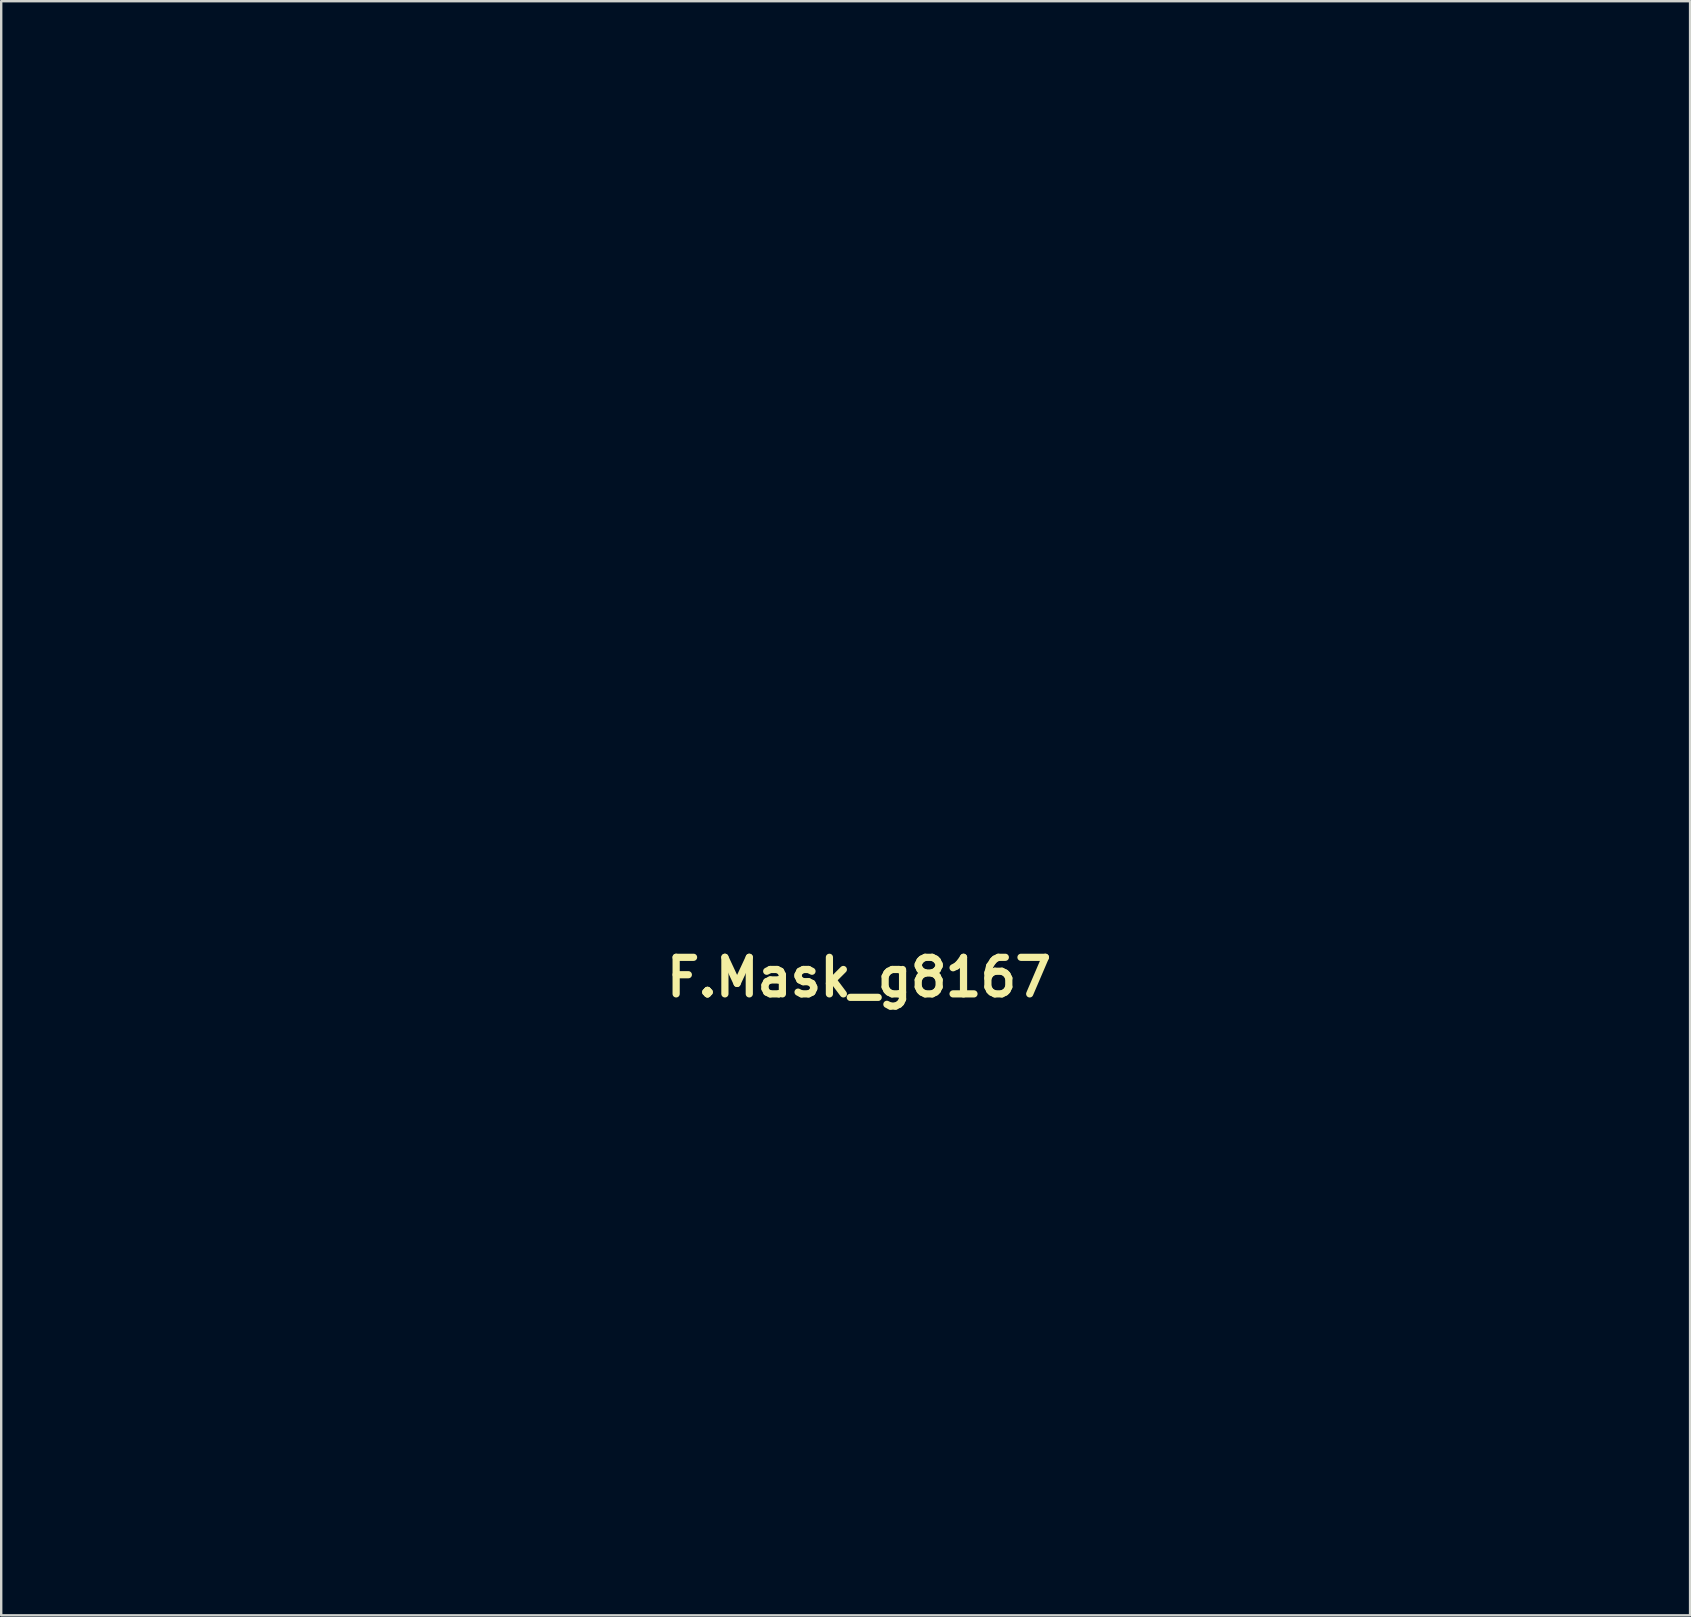
<source format=kicad_pcb>
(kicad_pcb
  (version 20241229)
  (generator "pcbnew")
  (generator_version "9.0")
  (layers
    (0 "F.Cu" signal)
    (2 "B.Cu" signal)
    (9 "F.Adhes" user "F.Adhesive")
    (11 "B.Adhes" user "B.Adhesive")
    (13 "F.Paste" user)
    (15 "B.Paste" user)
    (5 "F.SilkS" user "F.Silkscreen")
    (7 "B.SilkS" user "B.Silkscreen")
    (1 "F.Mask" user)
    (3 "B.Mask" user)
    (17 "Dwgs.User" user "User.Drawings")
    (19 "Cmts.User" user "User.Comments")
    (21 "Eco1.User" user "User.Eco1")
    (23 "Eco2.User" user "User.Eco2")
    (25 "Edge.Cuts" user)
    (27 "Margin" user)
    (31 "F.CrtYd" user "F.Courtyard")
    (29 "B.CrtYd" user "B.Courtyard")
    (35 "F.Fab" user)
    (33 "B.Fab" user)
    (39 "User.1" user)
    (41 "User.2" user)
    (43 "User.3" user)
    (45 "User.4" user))
  (footprint "F.Mask_g8167"
    (layer "F.Cu")
    (at 32.743 37.673)
    (property "Reference" "F.Mask_g8167" (at 0 0 0) (layer "F.SilkS") (effects (font (size 1.524 1.524) (thickness 0.3))))
    (attr through_hole)
    (fp_poly (pts (xy -8.055 9.959) (xy -7.999 9.977) (xy -7.911 10.006) (xy -7.794 10.045) (xy -7.653 10.092) (xy -7.492 10.146) (xy -7.314 10.206) (xy -7.124 10.269) (xy -6.925 10.336) (xy -6.721 10.405) (xy -6.517 10.474) (xy -6.316 10.542) (xy -6.123 10.608) (xy -5.94 10.669) (xy -5.772 10.726) (xy -5.624 10.777) (xy -5.498 10.82) (xy -5.399 10.854) (xy -5.331 10.878) (xy -5.298 10.89) (xy -5.296 10.891) (xy -5.3 10.912) (xy -5.317 10.967) (xy -5.344 11.051) (xy -5.379 11.159) (xy -5.421 11.284) (xy -5.454 11.383) (xy -5.62 11.87) (xy -7.006 11.399) (xy -7.238 11.32) (xy -7.458 11.245) (xy -7.662 11.174) (xy -7.848 11.109) (xy -8.012 11.052) (xy -8.15 11.002) (xy -8.261 10.962) (xy -8.34 10.932) (xy -8.384 10.914) (xy -8.392 10.909) (xy -8.386 10.886) (xy -8.368 10.829) (xy -8.342 10.746) (xy -8.308 10.644) (xy -8.271 10.529) (xy -8.231 10.409) (xy -8.191 10.29) (xy -8.154 10.179) (xy -8.121 10.083) (xy -8.096 10.009) (xy -8.08 9.964) (xy -8.075 9.953) (xy -8.055 9.959)) (stroke (width 0.01) (type solid)) (fill yes) (layer "F.Mask"))
    (fp_poly (pts (xy -7.099 7.334) (xy -7.01 7.358) (xy -6.886 7.395) (xy -6.727 7.445) (xy -6.531 7.508) (xy -6.299 7.585) (xy -6.03 7.675) (xy -5.723 7.779) (xy -5.377 7.897) (xy -4.993 8.028) (xy -4.811 8.091) (xy -4.384 8.238) (xy -4.549 8.716) (xy -4.596 8.85) (xy -4.639 8.97) (xy -4.677 9.071) (xy -4.706 9.146) (xy -4.726 9.19) (xy -4.733 9.2) (xy -4.756 9.194) (xy -4.815 9.175) (xy -4.908 9.145) (xy -5.031 9.105) (xy -5.181 9.055) (xy -5.354 8.997) (xy -5.548 8.932) (xy -5.758 8.861) (xy -5.982 8.785) (xy -6.116 8.739) (xy -6.346 8.661) (xy -6.565 8.586) (xy -6.768 8.517) (xy -6.952 8.453) (xy -7.115 8.397) (xy -7.252 8.35) (xy -7.362 8.312) (xy -7.439 8.284) (xy -7.482 8.269) (xy -7.49 8.265) (xy -7.485 8.244) (xy -7.47 8.19) (xy -7.445 8.109) (xy -7.412 8.008) (xy -7.375 7.895) (xy -7.336 7.776) (xy -7.296 7.659) (xy -7.258 7.548) (xy -7.225 7.453) (xy -7.198 7.378) (xy -7.18 7.332) (xy -7.175 7.322) (xy -7.154 7.322) (xy -7.099 7.334)) (stroke (width 0.01) (type solid)) (fill yes) (layer "F.Mask"))
    (fp_poly (pts (xy -7.621 8.698) (xy -7.563 8.715) (xy -7.474 8.743) (xy -7.356 8.78) (xy -7.214 8.826) (xy -7.052 8.879) (xy -6.873 8.937) (xy -6.682 9) (xy -6.482 9.066) (xy -6.278 9.134) (xy -6.073 9.202) (xy -5.871 9.27) (xy -5.677 9.335) (xy -5.494 9.397) (xy -5.326 9.453) (xy -5.177 9.504) (xy -5.052 9.548) (xy -4.953 9.582) (xy -4.886 9.607) (xy -4.853 9.62) (xy -4.851 9.621) (xy -4.855 9.643) (xy -4.874 9.696) (xy -4.905 9.774) (xy -4.945 9.871) (xy -4.991 9.98) (xy -5.04 10.094) (xy -5.09 10.207) (xy -5.136 10.311) (xy -5.178 10.401) (xy -5.21 10.469) (xy -5.232 10.509) (xy -5.239 10.517) (xy -5.262 10.511) (xy -5.322 10.493) (xy -5.416 10.464) (xy -5.54 10.425) (xy -5.691 10.378) (xy -5.866 10.323) (xy -6.06 10.262) (xy -6.271 10.196) (xy -6.496 10.125) (xy -6.604 10.091) (xy -6.833 10.018) (xy -7.05 9.949) (xy -7.252 9.885) (xy -7.435 9.827) (xy -7.596 9.775) (xy -7.732 9.732) (xy -7.839 9.697) (xy -7.913 9.673) (xy -7.953 9.66) (xy -7.958 9.658) (xy -7.954 9.636) (xy -7.939 9.582) (xy -7.915 9.501) (xy -7.883 9.4) (xy -7.847 9.286) (xy -7.808 9.166) (xy -7.768 9.047) (xy -7.73 8.934) (xy -7.696 8.836) (xy -7.669 8.759) (xy -7.649 8.708) (xy -7.642 8.693) (xy -7.621 8.698)) (stroke (width 0.01) (type solid)) (fill yes) (layer "F.Mask"))
    (fp_poly (pts (xy -6.681 6.037) (xy -6.62 6.057) (xy -6.527 6.087) (xy -6.409 6.127) (xy -6.27 6.174) (xy -6.114 6.226) (xy -5.958 6.279) (xy -5.754 6.348) (xy -5.53 6.424) (xy -5.297 6.504) (xy -5.066 6.582) (xy -4.849 6.655) (xy -4.658 6.72) (xy -4.614 6.734) (xy -4.46 6.787) (xy -4.318 6.836) (xy -4.194 6.879) (xy -4.093 6.915) (xy -4.02 6.942) (xy -3.98 6.958) (xy -3.973 6.961) (xy -3.976 6.984) (xy -3.99 7.04) (xy -4.014 7.122) (xy -4.046 7.223) (xy -4.082 7.338) (xy -4.122 7.458) (xy -4.162 7.578) (xy -4.201 7.691) (xy -4.236 7.79) (xy -4.265 7.868) (xy -4.286 7.919) (xy -4.296 7.936) (xy -4.318 7.929) (xy -4.376 7.909) (xy -4.467 7.878) (xy -4.589 7.837) (xy -4.738 7.786) (xy -4.91 7.728) (xy -5.102 7.662) (xy -5.311 7.591) (xy -5.534 7.515) (xy -5.652 7.475) (xy -5.881 7.397) (xy -6.099 7.322) (xy -6.302 7.252) (xy -6.487 7.189) (xy -6.651 7.133) (xy -6.79 7.085) (xy -6.901 7.047) (xy -6.98 7.019) (xy -7.025 7.004) (xy -7.032 7.001) (xy -7.043 6.993) (xy -7.047 6.976) (xy -7.044 6.946) (xy -7.032 6.897) (xy -7.011 6.825) (xy -6.978 6.726) (xy -6.934 6.594) (xy -6.903 6.504) (xy -6.845 6.337) (xy -6.797 6.209) (xy -6.761 6.117) (xy -6.733 6.058) (xy -6.714 6.031) (xy -6.707 6.028) (xy -6.681 6.037)) (stroke (width 0.01) (type solid)) (fill yes) (layer "F.Mask"))
    (fp_poly (pts (xy -8.927 11.204) (xy -8.869 11.223) (xy -8.778 11.253) (xy -8.657 11.293) (xy -8.51 11.343) (xy -8.34 11.4) (xy -8.151 11.463) (xy -7.946 11.532) (xy -7.728 11.605) (xy -7.502 11.681) (xy -7.271 11.759) (xy -7.037 11.838) (xy -6.806 11.916) (xy -6.579 11.993) (xy -6.361 12.066) (xy -6.155 12.136) (xy -5.964 12.201) (xy -5.792 12.259) (xy -5.643 12.31) (xy -5.52 12.352) (xy -5.426 12.384) (xy -5.364 12.406) (xy -5.339 12.415) (xy -5.339 12.415) (xy -5.343 12.435) (xy -5.359 12.489) (xy -5.385 12.569) (xy -5.418 12.669) (xy -5.456 12.783) (xy -5.496 12.903) (xy -5.537 13.024) (xy -5.577 13.138) (xy -5.612 13.238) (xy -5.642 13.32) (xy -5.662 13.374) (xy -5.672 13.396) (xy -5.673 13.396) (xy -5.694 13.389) (xy -5.752 13.369) (xy -5.845 13.338) (xy -5.969 13.296) (xy -6.122 13.244) (xy -6.3 13.183) (xy -6.502 13.114) (xy -6.723 13.039) (xy -6.962 12.958) (xy -7.215 12.871) (xy -7.472 12.784) (xy -7.736 12.693) (xy -7.989 12.607) (xy -8.228 12.525) (xy -8.45 12.45) (xy -8.651 12.381) (xy -8.83 12.32) (xy -8.983 12.267) (xy -9.108 12.225) (xy -9.2 12.193) (xy -9.259 12.173) (xy -9.28 12.166) (xy -9.279 12.144) (xy -9.266 12.09) (xy -9.242 12.01) (xy -9.211 11.909) (xy -9.174 11.796) (xy -9.133 11.676) (xy -9.092 11.557) (xy -9.052 11.445) (xy -9.015 11.346) (xy -8.984 11.267) (xy -8.961 11.215) (xy -8.949 11.197) (xy -8.927 11.204)) (stroke (width 0.01) (type solid)) (fill yes) (layer "F.Mask"))
    (fp_poly (pts (xy -4.968 13.384) (xy -4.887 13.405) (xy -4.784 13.444) (xy -4.711 13.474) (xy -4.574 13.536) (xy -4.412 13.613) (xy -4.229 13.701) (xy -4.031 13.799) (xy -3.823 13.902) (xy -3.612 14.01) (xy -3.403 14.117) (xy -3.201 14.223) (xy -3.011 14.323) (xy -2.84 14.416) (xy -2.692 14.498) (xy -2.574 14.567) (xy -2.515 14.603) (xy -2.381 14.687) (xy -1.849 15.54) (xy -1.556 16.011) (xy -1.271 16.47) (xy -0.998 16.912) (xy -0.739 17.334) (xy -0.496 17.731) (xy -0.274 18.098) (xy -0.219 18.188) (xy -0.111 18.368) (xy -0.023 18.516) (xy 0.047 18.634) (xy 0.099 18.725) (xy 0.135 18.794) (xy 0.158 18.842) (xy 0.168 18.874) (xy 0.168 18.892) (xy 0.159 18.901) (xy 0.149 18.902) (xy 0.131 18.886) (xy 0.09 18.842) (xy 0.031 18.774) (xy -0.041 18.687) (xy -0.123 18.586) (xy -0.155 18.547) (xy -0.23 18.452) (xy -0.325 18.33) (xy -0.442 18.181) (xy -0.579 18.004) (xy -0.738 17.797) (xy -0.919 17.562) (xy -1.123 17.296) (xy -1.35 17) (xy -1.6 16.673) (xy -1.875 16.313) (xy -2.174 15.922) (xy -2.492 15.505) (xy -3.024 14.806) (xy -3.528 14.575) (xy -3.714 14.489) (xy -3.905 14.399) (xy -4.098 14.307) (xy -4.288 14.215) (xy -4.471 14.126) (xy -4.641 14.041) (xy -4.794 13.964) (xy -4.925 13.896) (xy -5.03 13.84) (xy -5.103 13.798) (xy -5.13 13.781) (xy -5.21 13.708) (xy -5.254 13.629) (xy -5.265 13.55) (xy -5.244 13.479) (xy -5.192 13.422) (xy -5.111 13.386) (xy -5.035 13.377) (xy -4.968 13.384)) (stroke (width 0.01) (type solid)) (fill yes) (layer "F.Mask"))
    (fp_poly (pts (xy -12.557 11.203) (xy -12.526 11.206) (xy -12.421 11.217) (xy -12.286 11.235) (xy -12.124 11.259) (xy -11.941 11.288) (xy -11.743 11.321) (xy -11.533 11.358) (xy -11.317 11.396) (xy -11.099 11.437) (xy -10.886 11.478) (xy -10.68 11.518) (xy -10.488 11.557) (xy -10.315 11.594) (xy -10.164 11.627) (xy -10.042 11.657) (xy -9.953 11.681) (xy -9.911 11.696) (xy -9.841 11.744) (xy -9.801 11.812) (xy -9.789 11.891) (xy -9.804 11.97) (xy -9.846 12.041) (xy -9.913 12.093) (xy -9.956 12.109) (xy -10.005 12.119) (xy -10.066 12.123) (xy -10.139 12.121) (xy -10.23 12.113) (xy -10.34 12.097) (xy -10.473 12.074) (xy -10.632 12.043) (xy -10.82 12.003) (xy -11.04 11.954) (xy -11.295 11.896) (xy -11.573 11.831) (xy -11.73 11.794) (xy -11.876 11.76) (xy -12.004 11.731) (xy -12.11 11.708) (xy -12.187 11.692) (xy -12.23 11.685) (xy -12.236 11.684) (xy -12.264 11.689) (xy -12.329 11.705) (xy -12.427 11.73) (xy -12.556 11.763) (xy -12.711 11.803) (xy -12.889 11.85) (xy -13.087 11.902) (xy -13.3 11.959) (xy -13.525 12.019) (xy -13.575 12.032) (xy -13.985 12.142) (xy -14.378 12.248) (xy -14.754 12.348) (xy -15.11 12.443) (xy -15.444 12.533) (xy -15.755 12.615) (xy -16.04 12.691) (xy -16.298 12.759) (xy -16.527 12.819) (xy -16.725 12.87) (xy -16.89 12.913) (xy -17.021 12.946) (xy -17.115 12.97) (xy -17.171 12.983) (xy -17.182 12.985) (xy -17.242 12.991) (xy -17.27 12.983) (xy -17.272 12.979) (xy -17.26 12.965) (xy -17.221 12.942) (xy -17.155 12.909) (xy -17.059 12.866) (xy -16.931 12.813) (xy -16.77 12.747) (xy -16.574 12.669) (xy -16.341 12.577) (xy -16.189 12.517) (xy -15.972 12.433) (xy -15.735 12.342) (xy -15.484 12.245) (xy -15.222 12.145) (xy -14.954 12.042) (xy -14.686 11.94) (xy -14.421 11.839) (xy -14.164 11.741) (xy -13.92 11.649) (xy -13.693 11.563) (xy -13.488 11.486) (xy -13.31 11.419) (xy -13.163 11.365) (xy -13.07 11.331) (xy -12.938 11.283) (xy -12.838 11.248) (xy -12.762 11.224) (xy -12.704 11.209) (xy -12.656 11.202) (xy -12.609 11.2) (xy -12.557 11.203)) (stroke (width 0.01) (type solid)) (fill yes) (layer "F.Mask"))
    (fp_poly (pts (xy 0.799 11.096) (xy 0.812 11.159) (xy 0.834 11.263) (xy 0.864 11.408) (xy 0.902 11.594) (xy 0.948 11.821) (xy 1.002 12.087) (xy 1.064 12.394) (xy 1.134 12.74) (xy 1.213 13.126) (xy 1.299 13.552) (xy 1.392 14.016) (xy 1.494 14.52) (xy 1.604 15.063) (xy 1.721 15.644) (xy 1.823 16.15) (xy 1.866 16.366) (xy 1.907 16.572) (xy 1.943 16.763) (xy 1.976 16.935) (xy 2.003 17.083) (xy 2.025 17.205) (xy 2.04 17.296) (xy 2.048 17.352) (xy 2.048 17.367) (xy 2.042 17.431) (xy 2.007 17.354) (xy 1.989 17.308) (xy 1.965 17.241) (xy 1.935 17.152) (xy 1.9 17.039) (xy 1.858 16.901) (xy 1.809 16.737) (xy 1.754 16.546) (xy 1.69 16.325) (xy 1.619 16.074) (xy 1.54 15.792) (xy 1.452 15.476) (xy 1.354 15.126) (xy 1.248 14.741) (xy 1.131 14.318) (xy 1.004 13.857) (xy 0.899 13.473) (xy 0.827 13.208) (xy 0.758 12.956) (xy 0.692 12.719) (xy 0.632 12.499) (xy 0.577 12.3) (xy 0.528 12.125) (xy 0.487 11.976) (xy 0.454 11.857) (xy 0.429 11.771) (xy 0.415 11.72) (xy 0.411 11.708) (xy 0.389 11.708) (xy 0.329 11.717) (xy 0.232 11.735) (xy 0.097 11.761) (xy -0.077 11.797) (xy -0.289 11.841) (xy -0.54 11.894) (xy -0.831 11.957) (xy -1.162 12.029) (xy -1.533 12.11) (xy -1.945 12.2) (xy -2.339 12.287) (xy -2.769 12.382) (xy -3.158 12.466) (xy -3.508 12.542) (xy -3.818 12.607) (xy -4.089 12.663) (xy -4.322 12.71) (xy -4.517 12.748) (xy -4.675 12.776) (xy -4.796 12.796) (xy -4.881 12.806) (xy -4.93 12.808) (xy -4.944 12.805) (xy -4.975 12.755) (xy -4.973 12.692) (xy -4.941 12.62) (xy -4.884 12.547) (xy -4.806 12.477) (xy -4.712 12.416) (xy -4.631 12.379) (xy -4.572 12.359) (xy -4.475 12.331) (xy -4.345 12.295) (xy -4.185 12.253) (xy -3.999 12.205) (xy -3.792 12.152) (xy -3.567 12.096) (xy -3.328 12.037) (xy -3.078 11.977) (xy -2.822 11.916) (xy -2.614 11.866) (xy -2.45 11.828) (xy -2.251 11.781) (xy -2.024 11.728) (xy -1.776 11.67) (xy -1.514 11.608) (xy -1.244 11.544) (xy -0.973 11.481) (xy -0.707 11.418) (xy -0.532 11.377) (xy -0.303 11.324) (xy -0.086 11.273) (xy 0.114 11.226) (xy 0.296 11.185) (xy 0.455 11.148) (xy 0.587 11.118) (xy 0.689 11.095) (xy 0.759 11.08) (xy 0.791 11.074) (xy 0.793 11.074) (xy 0.799 11.096)) (stroke (width 0.01) (type solid)) (fill yes) (layer "F.Mask"))
    (fp_poly (pts (xy -12.98 6.408) (xy -12.941 6.45) (xy -12.888 6.513) (xy -12.836 6.577) (xy -12.786 6.639) (xy -12.71 6.733) (xy -12.608 6.86) (xy -12.48 7.017) (xy -12.327 7.206) (xy -12.148 7.426) (xy -11.945 7.675) (xy -11.717 7.955) (xy -11.465 8.264) (xy -11.189 8.603) (xy -10.89 8.969) (xy -10.782 9.102) (xy -10.559 9.376) (xy -10.361 9.621) (xy -10.189 9.837) (xy -10.039 10.028) (xy -9.911 10.195) (xy -9.802 10.341) (xy -9.713 10.467) (xy -9.641 10.576) (xy -9.584 10.669) (xy -9.541 10.75) (xy -9.512 10.819) (xy -9.493 10.88) (xy -9.484 10.934) (xy -9.483 10.964) (xy -9.49 11.025) (xy -9.509 11.083) (xy -9.534 11.123) (xy -9.552 11.134) (xy -9.574 11.12) (xy -9.62 11.082) (xy -9.682 11.026) (xy -9.742 10.97) (xy -9.819 10.892) (xy -9.92 10.786) (xy -10.039 10.658) (xy -10.173 10.512) (xy -10.317 10.353) (xy -10.467 10.185) (xy -10.618 10.014) (xy -10.767 9.844) (xy -10.85 9.747) (xy -10.898 9.691) (xy -10.968 9.608) (xy -11.057 9.503) (xy -11.162 9.378) (xy -11.281 9.236) (xy -11.412 9.08) (xy -11.551 8.914) (xy -11.697 8.739) (xy -11.847 8.56) (xy -11.999 8.379) (xy -12.149 8.2) (xy -12.295 8.024) (xy -12.436 7.856) (xy -12.568 7.698) (xy -12.689 7.553) (xy -12.796 7.424) (xy -12.887 7.315) (xy -12.959 7.227) (xy -13.01 7.165) (xy -13.038 7.131) (xy -13.042 7.126) (xy -13.06 7.136) (xy -13.11 7.169) (xy -13.189 7.224) (xy -13.293 7.3) (xy -13.422 7.394) (xy -13.573 7.505) (xy -13.742 7.63) (xy -13.928 7.768) (xy -14.128 7.918) (xy -14.339 8.077) (xy -14.523 8.216) (xy -14.899 8.5) (xy -15.242 8.759) (xy -15.554 8.995) (xy -15.837 9.209) (xy -16.092 9.401) (xy -16.321 9.572) (xy -16.524 9.725) (xy -16.704 9.859) (xy -16.863 9.977) (xy -17 10.078) (xy -17.119 10.165) (xy -17.22 10.238) (xy -17.305 10.298) (xy -17.375 10.346) (xy -17.432 10.384) (xy -17.477 10.412) (xy -17.512 10.432) (xy -17.537 10.444) (xy -17.556 10.45) (xy -17.569 10.451) (xy -17.573 10.45) (xy -17.572 10.431) (xy -17.541 10.389) (xy -17.481 10.325) (xy -17.452 10.297) (xy -17.391 10.239) (xy -17.303 10.159) (xy -17.192 10.058) (xy -17.058 9.937) (xy -16.905 9.8) (xy -16.734 9.648) (xy -16.547 9.483) (xy -16.348 9.306) (xy -16.138 9.12) (xy -15.919 8.927) (xy -15.693 8.728) (xy -15.464 8.526) (xy -15.232 8.322) (xy -15 8.119) (xy -14.771 7.918) (xy -14.546 7.722) (xy -14.328 7.531) (xy -14.118 7.349) (xy -13.92 7.177) (xy -13.736 7.017) (xy -13.567 6.87) (xy -13.415 6.74) (xy -13.284 6.627) (xy -13.174 6.534) (xy -13.09 6.463) (xy -13.031 6.416) (xy -13.002 6.394) (xy -12.999 6.392) (xy -12.98 6.408)) (stroke (width 0.01) (type solid)) (fill yes) (layer "F.Mask"))
    (fp_poly (pts (xy 27.531 -5.364) (xy 27.619 -5.276) (xy 27.676 -5.17) (xy 27.7 -5.055) (xy 27.686 -4.942) (xy 27.682 -4.927) (xy 27.668 -4.906) (xy 27.63 -4.852) (xy 27.569 -4.766) (xy 27.485 -4.649) (xy 27.38 -4.502) (xy 27.253 -4.326) (xy 27.106 -4.122) (xy 26.94 -3.891) (xy 26.754 -3.634) (xy 26.551 -3.353) (xy 26.331 -3.048) (xy 26.094 -2.721) (xy 25.842 -2.372) (xy 25.574 -2.002) (xy 25.293 -1.613) (xy 24.998 -1.206) (xy 24.69 -0.782) (xy 24.371 -0.341) (xy 24.041 0.115) (xy 23.7 0.585) (xy 23.35 1.068) (xy 22.991 1.563) (xy 22.624 2.069) (xy 22.25 2.584) (xy 21.87 3.109) (xy 21.484 3.641) (xy 21.093 4.18) (xy 20.697 4.725) (xy 20.299 5.274) (xy 19.898 5.826) (xy 19.495 6.381) (xy 19.091 6.938) (xy 18.687 7.495) (xy 18.283 8.051) (xy 17.88 8.605) (xy 17.48 9.156) (xy 17.082 9.704) (xy 16.688 10.246) (xy 16.299 10.783) (xy 15.914 11.312) (xy 15.535 11.833) (xy 15.163 12.345) (xy 14.798 12.847) (xy 14.442 13.337) (xy 14.094 13.815) (xy 13.757 14.279) (xy 13.429 14.729) (xy 13.113 15.164) (xy 12.809 15.581) (xy 12.518 15.981) (xy 12.24 16.363) (xy 11.977 16.724) (xy 11.729 17.065) (xy 11.496 17.383) (xy 11.281 17.679) (xy 11.083 17.951) (xy 10.903 18.197) (xy 10.741 18.417) (xy 10.6 18.61) (xy 10.479 18.775) (xy 10.38 18.911) (xy 10.302 19.016) (xy 10.247 19.089) (xy 10.216 19.13) (xy 10.209 19.139) (xy 10.108 19.208) (xy 9.994 19.239) (xy 9.874 19.229) (xy 9.784 19.196) (xy 9.719 19.155) (xy 9.664 19.107) (xy 9.651 19.091) (xy 9.642 19.068) (xy 9.62 19.005) (xy 9.586 18.904) (xy 9.54 18.767) (xy 9.483 18.593) (xy 9.414 18.385) (xy 9.334 18.144) (xy 9.244 17.869) (xy 9.143 17.564) (xy 9.033 17.228) (xy 8.913 16.863) (xy 8.785 16.47) (xy 8.647 16.05) (xy 8.501 15.604) (xy 8.348 15.133) (xy 8.186 14.639) (xy 8.017 14.123) (xy 7.842 13.585) (xy 7.66 13.026) (xy 7.471 12.449) (xy 7.277 11.853) (xy 7.078 11.241) (xy 6.873 10.612) (xy 6.664 9.969) (xy 6.45 9.313) (xy 6.232 8.644) (xy 6.011 7.963) (xy 5.786 7.272) (xy 5.702 7.012) (xy 5.427 6.168) (xy 5.166 5.362) (xy 4.917 4.596) (xy 4.68 3.866) (xy 4.455 3.173) (xy 4.241 2.516) (xy 4.039 1.894) (xy 3.848 1.306) (xy 3.668 0.751) (xy 3.499 0.227) (xy 3.339 -0.265) (xy 3.189 -0.727) (xy 3.049 -1.159) (xy 2.919 -1.563) (xy 2.797 -1.939) (xy 2.684 -2.289) (xy 2.58 -2.613) (xy 2.483 -2.913) (xy 2.395 -3.188) (xy 2.314 -3.44) (xy 2.24 -3.67) (xy 2.174 -3.879) (xy 2.114 -4.068) (xy 2.06 -4.238) (xy 2.013 -4.388) (xy 1.971 -4.522) (xy 1.935 -4.638) (xy 1.904 -4.739) (xy 1.878 -4.825) (xy 1.856 -4.898) (xy 1.839 -4.957) (xy 1.826 -5.004) (xy 1.817 -5.04) (xy 1.811 -5.065) (xy 1.809 -5.081) (xy 1.809 -5.088) (xy 1.843 -5.206) (xy 1.907 -5.301) (xy 1.962 -5.349) (xy 2.039 -5.408) (xy 27.471 -5.408) (xy 27.531 -5.364)) (stroke (width 0.01) (type solid)) (fill yes) (layer "F.Mask"))
    (fp_poly (pts (xy -22.162 -18.25) (xy -22.154 -18.247) (xy -22.133 -18.233) (xy -22.08 -18.195) (xy -21.994 -18.134) (xy -21.878 -18.051) (xy -21.731 -17.946) (xy -21.557 -17.82) (xy -21.355 -17.674) (xy -21.126 -17.51) (xy -20.873 -17.327) (xy -20.596 -17.126) (xy -20.296 -16.909) (xy -19.974 -16.676) (xy -19.632 -16.428) (xy -19.27 -16.166) (xy -18.89 -15.891) (xy -18.493 -15.603) (xy -18.08 -15.304) (xy -17.653 -14.993) (xy -17.211 -14.673) (xy -16.757 -14.344) (xy -16.292 -14.006) (xy -15.817 -13.661) (xy -15.332 -13.309) (xy -15.088 -13.131) (xy -14.595 -12.773) (xy -14.109 -12.42) (xy -13.63 -12.072) (xy -13.16 -11.73) (xy -12.7 -11.396) (xy -12.252 -11.071) (xy -11.817 -10.755) (xy -11.396 -10.448) (xy -10.99 -10.153) (xy -10.6 -9.87) (xy -10.228 -9.6) (xy -9.875 -9.344) (xy -9.542 -9.102) (xy -9.231 -8.876) (xy -8.942 -8.666) (xy -8.677 -8.473) (xy -8.438 -8.299) (xy -8.224 -8.144) (xy -8.039 -8.01) (xy -7.882 -7.896) (xy -7.755 -7.804) (xy -7.66 -7.735) (xy -7.597 -7.689) (xy -7.584 -7.679) (xy -7.455 -7.585) (xy -7.335 -7.494) (xy -7.23 -7.413) (xy -7.143 -7.344) (xy -7.081 -7.291) (xy -7.048 -7.259) (xy -7.046 -7.256) (xy -7.008 -7.176) (xy -6.989 -7.078) (xy -6.997 -6.951) (xy -7.045 -6.838) (xy -7.133 -6.738) (xy -7.17 -6.708) (xy -7.201 -6.685) (xy -7.264 -6.639) (xy -7.359 -6.57) (xy -7.483 -6.479) (xy -7.636 -6.368) (xy -7.816 -6.237) (xy -8.022 -6.087) (xy -8.252 -5.92) (xy -8.505 -5.736) (xy -8.78 -5.536) (xy -9.075 -5.322) (xy -9.39 -5.093) (xy -9.721 -4.852) (xy -10.07 -4.599) (xy -10.433 -4.335) (xy -10.809 -4.061) (xy -11.198 -3.779) (xy -11.598 -3.488) (xy -12.007 -3.191) (xy -12.425 -2.888) (xy -12.849 -2.579) (xy -13.279 -2.267) (xy -13.713 -1.952) (xy -14.15 -1.634) (xy -14.589 -1.316) (xy -15.027 -0.998) (xy -15.464 -0.68) (xy -15.899 -0.364) (xy -16.33 -0.052) (xy -16.755 0.257) (xy -17.174 0.561) (xy -17.584 0.859) (xy -17.986 1.151) (xy -18.376 1.435) (xy -18.755 1.709) (xy -19.12 1.975) (xy -19.471 2.229) (xy -19.805 2.472) (xy -20.122 2.702) (xy -20.42 2.918) (xy -20.698 3.12) (xy -20.955 3.306) (xy -21.188 3.476) (xy -21.398 3.628) (xy -21.582 3.761) (xy -21.739 3.875) (xy -21.868 3.968) (xy -21.967 4.04) (xy -22.035 4.09) (xy -22.071 4.115) (xy -22.076 4.119) (xy -22.182 4.166) (xy -22.299 4.182) (xy -22.413 4.165) (xy -22.423 4.161) (xy -22.534 4.1) (xy -22.615 4.008) (xy -22.637 3.968) (xy -22.639 3.96) (xy -22.641 3.946) (xy -22.644 3.925) (xy -22.646 3.896) (xy -22.648 3.858) (xy -22.65 3.809) (xy -22.651 3.749) (xy -22.653 3.676) (xy -22.655 3.591) (xy -22.656 3.49) (xy -22.657 3.374) (xy -22.659 3.242) (xy -22.66 3.091) (xy -22.661 2.922) (xy -22.662 2.734) (xy -22.663 2.524) (xy -22.664 2.292) (xy -22.664 2.038) (xy -22.665 1.759) (xy -22.666 1.455) (xy -22.666 1.125) (xy -22.667 0.768) (xy -22.667 0.383) (xy -22.668 -0.032) (xy -22.668 -0.477) (xy -22.668 -0.954) (xy -22.669 -1.463) (xy -22.669 -2.006) (xy -22.669 -2.583) (xy -22.669 -3.197) (xy -22.669 -3.847) (xy -22.669 -4.534) (xy -22.669 -5.261) (xy -22.669 -6.028) (xy -22.669 -6.835) (xy -22.669 -7.037) (xy -22.669 -7.864) (xy -22.669 -8.65) (xy -22.669 -9.396) (xy -22.669 -10.102) (xy -22.669 -10.77) (xy -22.669 -11.401) (xy -22.669 -11.995) (xy -22.668 -12.555) (xy -22.668 -13.08) (xy -22.668 -13.572) (xy -22.667 -14.031) (xy -22.667 -14.46) (xy -22.666 -14.858) (xy -22.666 -15.227) (xy -22.665 -15.568) (xy -22.664 -15.882) (xy -22.664 -16.169) (xy -22.663 -16.432) (xy -22.662 -16.67) (xy -22.661 -16.885) (xy -22.66 -17.079) (xy -22.659 -17.251) (xy -22.657 -17.403) (xy -22.656 -17.536) (xy -22.655 -17.65) (xy -22.653 -17.748) (xy -22.651 -17.83) (xy -22.65 -17.897) (xy -22.648 -17.95) (xy -22.646 -17.99) (xy -22.644 -18.017) (xy -22.642 -18.034) (xy -22.64 -18.04) (xy -22.587 -18.124) (xy -22.511 -18.197) (xy -22.43 -18.244) (xy -22.345 -18.263) (xy -22.247 -18.265) (xy -22.162 -18.25)) (stroke (width 0.01) (type solid)) (fill yes) (layer "F.Mask"))
    (fp_poly (pts (xy 6.284 -34.529) (xy 6.374 -34.481) (xy 6.394 -34.465) (xy 6.457 -34.395) (xy 6.507 -34.306) (xy 6.536 -34.217) (xy 6.54 -34.18) (xy 6.534 -34.157) (xy 6.514 -34.095) (xy 6.483 -33.994) (xy 6.439 -33.857) (xy 6.384 -33.684) (xy 6.317 -33.476) (xy 6.24 -33.234) (xy 6.152 -32.96) (xy 6.053 -32.655) (xy 5.945 -32.319) (xy 5.828 -31.955) (xy 5.701 -31.562) (xy 5.565 -31.142) (xy 5.421 -30.696) (xy 5.269 -30.226) (xy 5.109 -29.732) (xy 4.942 -29.216) (xy 4.768 -28.678) (xy 4.587 -28.12) (xy 4.4 -27.543) (xy 4.207 -26.947) (xy 4.008 -26.335) (xy 3.805 -25.707) (xy 3.596 -25.064) (xy 3.383 -24.408) (xy 3.166 -23.739) (xy 2.945 -23.058) (xy 2.72 -22.368) (xy 2.635 -22.106) (xy 2.364 -21.27) (xy 2.105 -20.474) (xy 1.859 -19.716) (xy 1.624 -18.995) (xy 1.402 -18.311) (xy 1.191 -17.663) (xy 0.992 -17.049) (xy 0.803 -16.469) (xy 0.625 -15.921) (xy 0.457 -15.405) (xy 0.299 -14.919) (xy 0.151 -14.464) (xy 0.011 -14.037) (xy -0.119 -13.639) (xy -0.24 -13.267) (xy -0.353 -12.921) (xy -0.459 -12.601) (xy -0.556 -12.304) (xy -0.646 -12.031) (xy -0.729 -11.779) (xy -0.806 -11.549) (xy -0.875 -11.34) (xy -0.939 -11.149) (xy -0.997 -10.978) (xy -1.05 -10.823) (xy -1.097 -10.685) (xy -1.14 -10.563) (xy -1.178 -10.455) (xy -1.212 -10.361) (xy -1.242 -10.279) (xy -1.268 -10.21) (xy -1.291 -10.151) (xy -1.311 -10.102) (xy -1.329 -10.062) (xy -1.344 -10.03) (xy -1.358 -10.005) (xy -1.37 -9.986) (xy -1.38 -9.972) (xy -1.389 -9.962) (xy -1.398 -9.955) (xy -1.407 -9.951) (xy -1.415 -9.948) (xy -1.423 -9.945) (xy -1.432 -9.942) (xy -1.439 -9.939) (xy -1.557 -9.902) (xy -1.685 -9.906) (xy -1.704 -9.91) (xy -1.718 -9.917) (xy -1.748 -9.936) (xy -1.795 -9.967) (xy -1.859 -10.011) (xy -1.941 -10.068) (xy -2.042 -10.138) (xy -2.161 -10.223) (xy -2.3 -10.322) (xy -2.46 -10.436) (xy -2.641 -10.565) (xy -2.843 -10.71) (xy -3.067 -10.872) (xy -3.315 -11.05) (xy -3.585 -11.245) (xy -3.88 -11.458) (xy -4.2 -11.688) (xy -4.544 -11.938) (xy -4.915 -12.206) (xy -5.312 -12.494) (xy -5.736 -12.801) (xy -6.189 -13.129) (xy -6.669 -13.477) (xy -7.179 -13.847) (xy -7.718 -14.238) (xy -8.287 -14.651) (xy -8.887 -15.087) (xy -9.519 -15.546) (xy -10.183 -16.028) (xy -10.879 -16.534) (xy -11.609 -17.064) (xy -11.927 -17.295) (xy -12.516 -17.723) (xy -13.096 -18.144) (xy -13.667 -18.559) (xy -14.227 -18.966) (xy -14.776 -19.366) (xy -15.314 -19.756) (xy -15.838 -20.137) (xy -16.348 -20.507) (xy -16.843 -20.867) (xy -17.322 -21.215) (xy -17.785 -21.551) (xy -18.229 -21.874) (xy -18.655 -22.184) (xy -19.061 -22.479) (xy -19.446 -22.759) (xy -19.81 -23.023) (xy -20.151 -23.271) (xy -20.468 -23.501) (xy -20.761 -23.714) (xy -21.029 -23.909) (xy -21.27 -24.084) (xy -21.484 -24.239) (xy -21.669 -24.374) (xy -21.825 -24.488) (xy -21.951 -24.579) (xy -22.046 -24.648) (xy -22.109 -24.694) (xy -22.139 -24.715) (xy -22.141 -24.717) (xy -22.24 -24.811) (xy -22.302 -24.918) (xy -22.325 -25.035) (xy -22.311 -25.141) (xy -22.272 -25.232) (xy -22.211 -25.316) (xy -22.139 -25.378) (xy -22.103 -25.397) (xy -22.079 -25.405) (xy -22.016 -25.425) (xy -21.915 -25.458) (xy -21.778 -25.503) (xy -21.605 -25.56) (xy -21.399 -25.627) (xy -21.159 -25.705) (xy -20.889 -25.793) (xy -20.588 -25.891) (xy -20.257 -25.998) (xy -19.9 -26.115) (xy -19.515 -26.24) (xy -19.106 -26.373) (xy -18.672 -26.514) (xy -18.215 -26.662) (xy -17.738 -26.817) (xy -17.239 -26.979) (xy -16.722 -27.147) (xy -16.187 -27.321) (xy -15.635 -27.5) (xy -15.068 -27.684) (xy -14.487 -27.873) (xy -13.894 -28.066) (xy -13.288 -28.263) (xy -12.673 -28.463) (xy -12.048 -28.665) (xy -11.415 -28.871) (xy -10.776 -29.078) (xy -10.132 -29.288) (xy -9.483 -29.498) (xy -8.832 -29.71) (xy -8.179 -29.921) (xy -7.526 -30.134) (xy -6.874 -30.345) (xy -6.223 -30.556) (xy -5.576 -30.766) (xy -4.934 -30.975) (xy -4.298 -31.181) (xy -3.669 -31.385) (xy -3.048 -31.587) (xy -2.437 -31.785) (xy -1.837 -31.98) (xy -1.249 -32.171) (xy -0.674 -32.357) (xy -0.114 -32.539) (xy 0.43 -32.716) (xy 0.958 -32.887) (xy 1.466 -33.052) (xy 1.956 -33.21) (xy 2.424 -33.362) (xy 2.87 -33.507) (xy 3.293 -33.644) (xy 3.691 -33.773) (xy 4.064 -33.894) (xy 4.409 -34.006) (xy 4.726 -34.108) (xy 5.014 -34.202) (xy 5.271 -34.285) (xy 5.495 -34.357) (xy 5.687 -34.419) (xy 5.843 -34.47) (xy 5.964 -34.509) (xy 6.048 -34.536) (xy 6.094 -34.55) (xy 6.102 -34.553) (xy 6.188 -34.555) (xy 6.284 -34.529)) (stroke (width 0.01) (type solid)) (fill yes) (layer "F.Mask"))
    (fp_poly (pts (xy 10.112 -33.287) (xy 10.133 -33.277) (xy 10.141 -33.271) (xy 10.153 -33.26) (xy 10.169 -33.242) (xy 10.19 -33.216) (xy 10.218 -33.183) (xy 10.251 -33.141) (xy 10.291 -33.089) (xy 10.339 -33.027) (xy 10.394 -32.954) (xy 10.458 -32.87) (xy 10.531 -32.773) (xy 10.613 -32.662) (xy 10.705 -32.538) (xy 10.807 -32.4) (xy 10.921 -32.246) (xy 11.046 -32.076) (xy 11.183 -31.889) (xy 11.332 -31.685) (xy 11.495 -31.463) (xy 11.672 -31.221) (xy 11.862 -30.96) (xy 12.068 -30.679) (xy 12.289 -30.377) (xy 12.525 -30.052) (xy 12.778 -29.705) (xy 13.048 -29.335) (xy 13.335 -28.941) (xy 13.64 -28.521) (xy 13.963 -28.077) (xy 14.306 -27.606) (xy 14.668 -27.108) (xy 15.05 -26.583) (xy 15.453 -26.029) (xy 15.876 -25.446) (xy 16.322 -24.834) (xy 16.789 -24.19) (xy 17.279 -23.516) (xy 17.793 -22.809) (xy 18.33 -22.07) (xy 18.892 -21.297) (xy 18.936 -21.236) (xy 19.434 -20.551) (xy 19.922 -19.878) (xy 20.401 -19.219) (xy 20.87 -18.573) (xy 21.328 -17.942) (xy 21.775 -17.327) (xy 22.209 -16.728) (xy 22.632 -16.145) (xy 23.041 -15.581) (xy 23.437 -15.035) (xy 23.819 -14.508) (xy 24.186 -14.001) (xy 24.539 -13.515) (xy 24.875 -13.05) (xy 25.195 -12.608) (xy 25.499 -12.189) (xy 25.785 -11.793) (xy 26.054 -11.422) (xy 26.303 -11.076) (xy 26.534 -10.756) (xy 26.746 -10.463) (xy 26.937 -10.197) (xy 27.108 -9.96) (xy 27.258 -9.752) (xy 27.386 -9.573) (xy 27.492 -9.425) (xy 27.575 -9.309) (xy 27.634 -9.224) (xy 27.67 -9.172) (xy 27.681 -9.155) (xy 27.701 -9.039) (xy 27.682 -8.924) (xy 27.63 -8.82) (xy 27.547 -8.737) (xy 27.49 -8.702) (xy 27.397 -8.657) (xy 2.106 -8.657) (xy 2.016 -8.702) (xy 1.925 -8.767) (xy 1.856 -8.856) (xy 1.813 -8.958) (xy 1.804 -9.062) (xy 1.808 -9.088) (xy 1.815 -9.112) (xy 1.835 -9.176) (xy 1.868 -9.277) (xy 1.912 -9.415) (xy 1.918 -9.435) (xy 2.73 -9.435) (xy 2.751 -9.434) (xy 2.813 -9.433) (xy 2.915 -9.432) (xy 3.056 -9.431) (xy 3.234 -9.43) (xy 3.449 -9.43) (xy 3.699 -9.429) (xy 3.983 -9.428) (xy 4.299 -9.427) (xy 4.648 -9.426) (xy 5.026 -9.426) (xy 5.434 -9.425) (xy 5.87 -9.424) (xy 6.333 -9.424) (xy 6.821 -9.423) (xy 7.334 -9.423) (xy 7.87 -9.422) (xy 8.428 -9.422) (xy 9.007 -9.421) (xy 9.605 -9.421) (xy 10.222 -9.42) (xy 10.856 -9.42) (xy 11.506 -9.42) (xy 12.171 -9.42) (xy 12.85 -9.419) (xy 13.541 -9.419) (xy 14.244 -9.419) (xy 14.65 -9.419) (xy 26.569 -9.419) (xy 26.518 -9.488) (xy 26.502 -9.509) (xy 26.463 -9.563) (xy 26.4 -9.649) (xy 26.314 -9.768) (xy 26.206 -9.916) (xy 26.076 -10.095) (xy 25.925 -10.302) (xy 25.754 -10.538) (xy 25.564 -10.8) (xy 25.354 -11.088) (xy 25.126 -11.402) (xy 24.881 -11.74) (xy 24.618 -12.101) (xy 24.339 -12.485) (xy 24.045 -12.891) (xy 23.735 -13.317) (xy 23.411 -13.763) (xy 23.073 -14.228) (xy 22.722 -14.711) (xy 22.359 -15.211) (xy 21.984 -15.727) (xy 21.598 -16.259) (xy 21.202 -16.805) (xy 20.795 -17.364) (xy 20.38 -17.936) (xy 19.956 -18.52) (xy 19.524 -19.115) (xy 19.085 -19.719) (xy 18.639 -20.332) (xy 18.31 -20.786) (xy 17.86 -21.405) (xy 17.417 -22.015) (xy 16.98 -22.617) (xy 16.55 -23.208) (xy 16.129 -23.788) (xy 15.716 -24.356) (xy 15.313 -24.911) (xy 14.92 -25.453) (xy 14.537 -25.979) (xy 14.165 -26.491) (xy 13.806 -26.985) (xy 13.459 -27.462) (xy 13.126 -27.921) (xy 12.806 -28.361) (xy 12.501 -28.78) (xy 12.211 -29.179) (xy 11.937 -29.556) (xy 11.68 -29.91) (xy 11.44 -30.24) (xy 11.217 -30.545) (xy 11.014 -30.826) (xy 10.829 -31.079) (xy 10.664 -31.306) (xy 10.52 -31.504) (xy 10.396 -31.673) (xy 10.295 -31.812) (xy 10.216 -31.921) (xy 10.16 -31.997) (xy 10.128 -32.041) (xy 10.12 -32.052) (xy 10.116 -32.053) (xy 10.112 -32.049) (xy 10.107 -32.041) (xy 10.099 -32.027) (xy 10.089 -32.005) (xy 10.077 -31.975) (xy 10.062 -31.937) (xy 10.044 -31.888) (xy 10.023 -31.829) (xy 9.997 -31.758) (xy 9.968 -31.673) (xy 9.934 -31.575) (xy 9.896 -31.462) (xy 9.853 -31.333) (xy 9.804 -31.188) (xy 9.75 -31.025) (xy 9.689 -30.843) (xy 9.623 -30.641) (xy 9.549 -30.419) (xy 9.469 -30.175) (xy 9.382 -29.909) (xy 9.287 -29.619) (xy 9.184 -29.304) (xy 9.073 -28.964) (xy 8.953 -28.598) (xy 8.825 -28.204) (xy 8.687 -27.782) (xy 8.54 -27.331) (xy 8.383 -26.849) (xy 8.216 -26.336) (xy 8.039 -25.79) (xy 7.851 -25.212) (xy 7.651 -24.599) (xy 7.441 -23.951) (xy 7.218 -23.267) (xy 6.984 -22.546) (xy 6.737 -21.786) (xy 6.478 -20.988) (xy 6.407 -20.77) (xy 6.188 -20.096) (xy 5.972 -19.433) (xy 5.761 -18.781) (xy 5.553 -18.141) (xy 5.349 -17.515) (xy 5.151 -16.903) (xy 4.957 -16.307) (xy 4.769 -15.728) (xy 4.587 -15.167) (xy 4.411 -14.625) (xy 4.242 -14.103) (xy 4.079 -13.602) (xy 3.924 -13.125) (xy 3.777 -12.671) (xy 3.638 -12.241) (xy 3.507 -11.838) (xy 3.385 -11.462) (xy 3.272 -11.114) (xy 3.169 -10.795) (xy 3.076 -10.507) (xy 2.993 -10.251) (xy 2.92 -10.027) (xy 2.859 -9.838) (xy 2.809 -9.683) (xy 2.771 -9.565) (xy 2.745 -9.484) (xy 2.732 -9.442) (xy 2.73 -9.435) (xy 1.918 -9.435) (xy 1.967 -9.587) (xy 2.034 -9.792) (xy 2.11 -10.03) (xy 2.197 -10.299) (xy 2.294 -10.597) (xy 2.399 -10.922) (xy 2.513 -11.275) (xy 2.636 -11.653) (xy 2.766 -12.055) (xy 2.904 -12.48) (xy 3.048 -12.926) (xy 3.2 -13.392) (xy 3.357 -13.876) (xy 3.52 -14.378) (xy 3.688 -14.895) (xy 3.86 -15.428) (xy 4.038 -15.973) (xy 4.218 -16.53) (xy 4.403 -17.098) (xy 4.59 -17.675) (xy 4.78 -18.259) (xy 4.972 -18.85) (xy 5.166 -19.446) (xy 5.361 -20.046) (xy 5.557 -20.648) (xy 5.753 -21.252) (xy 5.949 -21.855) (xy 6.144 -22.456) (xy 6.339 -23.054) (xy 6.532 -23.648) (xy 6.723 -24.236) (xy 6.912 -24.817) (xy 7.098 -25.39) (xy 7.281 -25.953) (xy 7.461 -26.505) (xy 7.637 -27.044) (xy 7.808 -27.569) (xy 7.974 -28.08) (xy 8.134 -28.573) (xy 8.289 -29.049) (xy 8.438 -29.506) (xy 8.58 -29.942) (xy 8.715 -30.356) (xy 8.842 -30.747) (xy 8.962 -31.113) (xy 9.073 -31.453) (xy 9.175 -31.766) (xy 9.268 -32.05) (xy 9.351 -32.304) (xy 9.424 -32.527) (xy 9.486 -32.717) (xy 9.537 -32.872) (xy 9.577 -32.993) (xy 9.605 -33.076) (xy 9.62 -33.122) (xy 9.623 -33.13) (xy 9.688 -33.214) (xy 9.779 -33.275) (xy 9.888 -33.309) (xy 10.002 -33.314) (xy 10.112 -33.287)) (stroke (width 0.01) (type solid)) (fill yes) (layer "F.Mask"))
    (fp_poly (pts (xy -4.79 -0.202) (xy -4.667 -0.16) (xy -4.52 -0.108) (xy -4.351 -0.048) (xy -4.164 0.019) (xy -3.963 0.091) (xy -3.751 0.167) (xy -3.532 0.247) (xy -3.309 0.327) (xy -3.087 0.408) (xy -2.868 0.488) (xy -2.657 0.565) (xy -2.456 0.638) (xy -2.27 0.707) (xy -2.102 0.769) (xy -1.955 0.823) (xy -1.834 0.869) (xy -1.742 0.904) (xy -1.683 0.927) (xy -1.659 0.938) (xy -1.659 0.938) (xy -1.652 0.961) (xy -1.638 1.022) (xy -1.618 1.117) (xy -1.591 1.242) (xy -1.559 1.393) (xy -1.523 1.567) (xy -1.484 1.76) (xy -1.441 1.968) (xy -1.397 2.188) (xy -1.351 2.415) (xy -1.304 2.646) (xy -1.258 2.877) (xy -1.213 3.104) (xy -1.169 3.323) (xy -1.128 3.531) (xy -1.09 3.724) (xy -1.056 3.898) (xy -1.027 4.05) (xy -1.003 4.175) (xy -0.986 4.27) (xy -0.976 4.331) (xy -0.973 4.353) (xy -0.989 4.373) (xy -1.032 4.416) (xy -1.1 4.479) (xy -1.188 4.558) (xy -1.291 4.649) (xy -1.406 4.749) (xy -1.413 4.755) (xy -1.518 4.846) (xy -1.649 4.961) (xy -1.802 5.094) (xy -1.97 5.242) (xy -2.15 5.4) (xy -2.334 5.562) (xy -2.519 5.726) (xy -2.698 5.885) (xy -2.704 5.89) (xy -2.865 6.033) (xy -3.016 6.167) (xy -3.155 6.289) (xy -3.278 6.398) (xy -3.382 6.49) (xy -3.466 6.563) (xy -3.525 6.614) (xy -3.556 6.641) (xy -3.561 6.645) (xy -3.582 6.638) (xy -3.639 6.619) (xy -3.729 6.588) (xy -3.848 6.548) (xy -3.993 6.498) (xy -4.161 6.441) (xy -4.347 6.377) (xy -4.549 6.308) (xy -4.731 6.246) (xy -5.057 6.135) (xy -5.347 6.035) (xy -5.601 5.948) (xy -5.822 5.871) (xy -6.014 5.804) (xy -6.178 5.745) (xy -6.317 5.694) (xy -6.434 5.65) (xy -6.531 5.611) (xy -6.61 5.578) (xy -6.675 5.548) (xy -6.727 5.521) (xy -6.77 5.495) (xy -6.805 5.471) (xy -6.835 5.447) (xy -6.852 5.432) (xy -6.915 5.363) (xy -6.956 5.282) (xy -6.971 5.234) (xy -6.989 5.161) (xy -7.014 5.051) (xy -7.017 5.037) (xy -5.899 5.037) (xy -5.895 5.071) (xy -5.872 5.098) (xy -5.862 5.106) (xy -5.826 5.128) (xy -5.786 5.132) (xy -5.731 5.116) (xy -5.652 5.08) (xy -5.646 5.077) (xy -5.567 5.027) (xy -5.479 4.955) (xy -5.389 4.868) (xy -5.301 4.773) (xy -5.223 4.676) (xy -5.159 4.585) (xy -5.117 4.507) (xy -5.101 4.448) (xy -5.101 4.448) (xy -5.117 4.372) (xy -5.16 4.326) (xy -5.224 4.314) (xy -5.297 4.337) (xy -5.389 4.394) (xy -5.489 4.475) (xy -5.592 4.573) (xy -5.69 4.678) (xy -5.775 4.784) (xy -5.842 4.883) (xy -5.882 4.967) (xy -5.886 4.979) (xy -5.899 5.037) (xy -7.017 5.037) (xy -7.044 4.909) (xy -7.079 4.74) (xy -7.118 4.548) (xy -7.16 4.337) (xy -7.204 4.114) (xy -7.248 3.882) (xy -7.293 3.647) (xy -7.332 3.44) (xy -5.267 3.44) (xy -5.248 3.592) (xy -5.208 3.746) (xy -5.144 3.906) (xy -5.053 4.078) (xy -4.935 4.267) (xy -4.786 4.477) (xy -4.763 4.508) (xy -4.61 4.741) (xy -4.498 4.972) (xy -4.428 5.203) (xy -4.413 5.28) (xy -4.395 5.376) (xy -4.376 5.462) (xy -4.358 5.526) (xy -4.349 5.547) (xy -4.298 5.618) (xy -4.236 5.667) (xy -4.172 5.69) (xy -4.114 5.683) (xy -4.083 5.659) (xy -4.068 5.62) (xy -4.056 5.548) (xy -4.048 5.453) (xy -4.045 5.347) (xy -4.046 5.238) (xy -4.052 5.136) (xy -4.063 5.053) (xy -4.063 5.052) (xy -4.12 4.84) (xy -4.208 4.639) (xy -4.329 4.444) (xy -4.488 4.247) (xy -4.535 4.196) (xy -4.66 4.053) (xy -4.754 3.919) (xy -4.823 3.782) (xy -4.874 3.631) (xy -4.901 3.515) (xy -4.926 3.313) (xy -4.914 3.133) (xy -4.866 2.974) (xy -4.854 2.949) (xy -4.817 2.888) (xy -4.76 2.808) (xy -4.69 2.719) (xy -4.627 2.645) (xy -4.524 2.526) (xy -4.447 2.432) (xy -4.394 2.358) (xy -4.362 2.299) (xy -4.346 2.248) (xy -4.344 2.203) (xy -4.344 2.202) (xy -4.361 2.138) (xy -4.404 2.098) (xy -4.454 2.079) (xy -4.506 2.081) (xy -4.564 2.108) (xy -4.635 2.161) (xy -4.724 2.244) (xy -4.762 2.283) (xy -4.935 2.483) (xy -5.075 2.692) (xy -5.178 2.908) (xy -5.243 3.125) (xy -5.265 3.284) (xy -5.267 3.44) (xy -7.332 3.44) (xy -7.337 3.412) (xy -7.379 3.183) (xy -7.418 2.965) (xy -7.454 2.762) (xy -7.486 2.579) (xy -7.504 2.468) (xy -7.559 2.132) (xy -7.479 2.048) (xy -7.416 1.986) (xy -7.323 1.897) (xy -7.201 1.784) (xy -7.052 1.646) (xy -6.876 1.485) (xy -6.675 1.304) (xy -6.451 1.102) (xy -6.41 1.065) (xy -4.535 1.065) (xy -4.529 1.147) (xy -4.509 1.245) (xy -4.472 1.36) (xy -4.417 1.495) (xy -4.344 1.654) (xy -4.251 1.839) (xy -4.138 2.052) (xy -4.002 2.298) (xy -3.96 2.372) (xy -3.867 2.54) (xy -3.794 2.679) (xy -3.74 2.794) (xy -3.702 2.893) (xy -3.679 2.981) (xy -3.667 3.066) (xy -3.665 3.152) (xy -3.668 3.217) (xy -3.702 3.42) (xy -3.775 3.606) (xy -3.887 3.775) (xy -4.038 3.927) (xy -4.074 3.956) (xy -4.168 4.034) (xy -4.229 4.096) (xy -4.26 4.146) (xy -4.264 4.189) (xy -4.256 4.209) (xy -4.201 4.28) (xy -4.13 4.314) (xy -4.042 4.312) (xy -3.933 4.273) (xy -3.912 4.263) (xy -3.776 4.174) (xy -3.644 4.051) (xy -3.523 3.902) (xy -3.42 3.734) (xy -3.352 3.585) (xy -3.315 3.455) (xy -3.291 3.299) (xy -3.282 3.132) (xy -3.287 2.967) (xy -3.308 2.821) (xy -3.311 2.808) (xy -3.386 2.574) (xy -3.502 2.343) (xy -3.66 2.112) (xy -3.791 1.955) (xy -3.809 1.934) (xy -3.514 1.934) (xy -3.499 1.972) (xy -3.464 2.02) (xy -3.45 2.036) (xy -3.403 2.077) (xy -3.362 2.091) (xy -3.307 2.086) (xy -3.238 2.067) (xy -3.159 2.038) (xy -3.133 2.027) (xy -3.006 1.946) (xy -2.89 1.831) (xy -2.791 1.689) (xy -2.731 1.566) (xy -2.697 1.485) (xy -2.67 1.42) (xy -2.653 1.378) (xy -2.649 1.37) (xy -2.658 1.345) (xy -2.693 1.307) (xy -2.741 1.267) (xy -2.792 1.234) (xy -2.828 1.218) (xy -2.882 1.218) (xy -2.93 1.248) (xy -2.978 1.314) (xy -3.009 1.373) (xy -3.059 1.451) (xy -3.14 1.548) (xy -3.248 1.659) (xy -3.381 1.782) (xy -3.414 1.811) (xy -3.467 1.862) (xy -3.503 1.908) (xy -3.514 1.934) (xy -3.809 1.934) (xy -3.862 1.872) (xy -3.93 1.787) (xy -3.983 1.714) (xy -4.003 1.683) (xy -4.061 1.565) (xy -4.108 1.435) (xy -4.139 1.308) (xy -4.149 1.208) (xy -4.156 1.074) (xy -4.177 0.951) (xy -4.21 0.845) (xy -4.251 0.765) (xy -4.297 0.72) (xy -4.351 0.712) (xy -4.405 0.742) (xy -4.456 0.805) (xy -4.499 0.897) (xy -4.527 0.994) (xy -4.535 1.065) (xy -6.41 1.065) (xy -6.205 0.881) (xy -5.938 0.643) (xy -5.816 0.534) (xy -4.933 -0.252) (xy -4.79 -0.202)) (stroke (width 0.01) (type solid)) (fill yes) (layer "F.Mask"))
    (fp_poly (pts (xy -24.2 -22.184) (xy -24.197 -22.184) (xy -24.175 -22.17) (xy -24.119 -22.132) (xy -24.032 -22.071) (xy -23.913 -21.987) (xy -23.765 -21.882) (xy -23.589 -21.756) (xy -23.385 -21.61) (xy -23.156 -21.445) (xy -22.901 -21.261) (xy -22.622 -21.061) (xy -22.32 -20.843) (xy -21.997 -20.61) (xy -21.654 -20.362) (xy -21.291 -20.1) (xy -20.91 -19.825) (xy -20.513 -19.537) (xy -20.099 -19.238) (xy -19.671 -18.928) (xy -19.229 -18.608) (xy -18.774 -18.279) (xy -18.309 -17.941) (xy -17.833 -17.597) (xy -17.349 -17.245) (xy -16.857 -16.888) (xy -16.358 -16.526) (xy -15.854 -16.16) (xy -15.345 -15.791) (xy -14.833 -15.42) (xy -14.319 -15.046) (xy -13.804 -14.672) (xy -13.29 -14.299) (xy -12.777 -13.926) (xy -12.266 -13.555) (xy -11.759 -13.186) (xy -11.257 -12.821) (xy -10.761 -12.46) (xy -10.272 -12.105) (xy -9.792 -11.755) (xy -9.321 -11.412) (xy -8.86 -11.076) (xy -8.412 -10.75) (xy -7.976 -10.432) (xy -7.554 -10.125) (xy -7.148 -9.828) (xy -6.757 -9.543) (xy -6.385 -9.271) (xy -6.031 -9.013) (xy -5.696 -8.768) (xy -5.383 -8.539) (xy -5.092 -8.326) (xy -4.824 -8.129) (xy -4.58 -7.95) (xy -4.362 -7.79) (xy -4.171 -7.649) (xy -4.007 -7.528) (xy -3.873 -7.428) (xy -3.768 -7.35) (xy -3.695 -7.294) (xy -3.655 -7.262) (xy -3.646 -7.255) (xy -3.595 -7.145) (xy -3.583 -7.029) (xy -3.609 -6.914) (xy -3.671 -6.806) (xy -3.749 -6.727) (xy -3.772 -6.71) (xy -3.827 -6.669) (xy -3.916 -6.605) (xy -4.035 -6.517) (xy -4.185 -6.408) (xy -4.364 -6.278) (xy -4.571 -6.127) (xy -4.805 -5.956) (xy -5.066 -5.766) (xy -5.352 -5.558) (xy -5.662 -5.332) (xy -5.996 -5.09) (xy -6.352 -4.831) (xy -6.729 -4.556) (xy -7.126 -4.267) (xy -7.543 -3.964) (xy -7.978 -3.648) (xy -8.431 -3.319) (xy -8.899 -2.978) (xy -9.383 -2.627) (xy -9.882 -2.264) (xy -10.393 -1.893) (xy -10.917 -1.512) (xy -11.452 -1.123) (xy -11.998 -0.726) (xy -12.553 -0.323) (xy -13.116 0.086) (xy -13.145 0.107) (xy -13.714 0.521) (xy -14.278 0.93) (xy -14.835 1.335) (xy -15.384 1.734) (xy -15.924 2.126) (xy -16.454 2.511) (xy -16.972 2.888) (xy -17.478 3.255) (xy -17.971 3.613) (xy -18.448 3.96) (xy -18.91 4.296) (xy -19.356 4.619) (xy -19.783 4.93) (xy -20.191 5.226) (xy -20.579 5.508) (xy -20.946 5.775) (xy -21.29 6.025) (xy -21.611 6.258) (xy -21.908 6.474) (xy -22.179 6.671) (xy -22.423 6.848) (xy -22.639 7.005) (xy -22.827 7.141) (xy -22.984 7.256) (xy -23.11 7.347) (xy -23.204 7.416) (xy -23.256 7.453) (xy -23.421 7.573) (xy -23.578 7.686) (xy -23.722 7.79) (xy -23.85 7.882) (xy -23.959 7.958) (xy -24.044 8.018) (xy -24.102 8.057) (xy -24.128 8.074) (xy -24.213 8.1) (xy -24.316 8.104) (xy -24.416 8.087) (xy -24.469 8.066) (xy -24.561 8.003) (xy -24.622 7.922) (xy -24.65 7.86) (xy -24.652 7.849) (xy -24.653 7.828) (xy -24.655 7.796) (xy -24.657 7.751) (xy -24.658 7.693) (xy -24.66 7.62) (xy -24.661 7.533) (xy -24.663 7.43) (xy -24.664 7.311) (xy -24.665 7.174) (xy -24.666 7.018) (xy -24.667 6.843) (xy -24.668 6.648) (xy -24.669 6.433) (xy -24.67 6.195) (xy -24.671 5.934) (xy -24.672 5.65) (xy -24.673 5.342) (xy -24.673 5.008) (xy -24.674 4.648) (xy -24.675 4.261) (xy -24.675 3.847) (xy -24.676 3.403) (xy -24.676 2.93) (xy -24.677 2.426) (xy -24.677 1.891) (xy -24.677 1.324) (xy -24.678 0.724) (xy -24.678 0.09) (xy -24.678 -0.579) (xy -24.678 -1.284) (xy -24.679 -2.025) (xy -24.679 -2.803) (xy -24.679 -3.62) (xy -24.679 -4.476) (xy -24.679 -5.372) (xy -24.679 -6.309) (xy -24.679 -7.027) (xy -24.679 -7.038) (xy -23.897 -7.038) (xy -23.897 -6.115) (xy -23.897 -5.234) (xy -23.897 -4.393) (xy -23.897 -3.592) (xy -23.897 -2.83) (xy -23.897 -2.104) (xy -23.897 -1.416) (xy -23.897 -0.763) (xy -23.897 -0.145) (xy -23.897 0.439) (xy -23.896 0.99) (xy -23.896 1.509) (xy -23.896 1.998) (xy -23.896 2.456) (xy -23.895 2.885) (xy -23.895 3.287) (xy -23.894 3.66) (xy -23.894 4.008) (xy -23.893 4.331) (xy -23.893 4.629) (xy -23.892 4.903) (xy -23.892 5.155) (xy -23.891 5.386) (xy -23.89 5.596) (xy -23.889 5.787) (xy -23.888 5.958) (xy -23.887 6.112) (xy -23.886 6.25) (xy -23.885 6.371) (xy -23.884 6.478) (xy -23.882 6.57) (xy -23.881 6.65) (xy -23.879 6.717) (xy -23.878 6.774) (xy -23.876 6.82) (xy -23.874 6.857) (xy -23.872 6.886) (xy -23.87 6.908) (xy -23.868 6.923) (xy -23.866 6.933) (xy -23.864 6.938) (xy -23.861 6.939) (xy -23.859 6.939) (xy -23.839 6.925) (xy -23.787 6.886) (xy -23.702 6.825) (xy -23.586 6.74) (xy -23.439 6.634) (xy -23.264 6.506) (xy -23.059 6.358) (xy -22.828 6.189) (xy -22.569 6.002) (xy -22.286 5.796) (xy -21.978 5.572) (xy -21.646 5.331) (xy -21.292 5.073) (xy -20.916 4.8) (xy -20.519 4.512) (xy -20.103 4.21) (xy -19.668 3.894) (xy -19.216 3.565) (xy -18.747 3.224) (xy -18.262 2.871) (xy -17.762 2.508) (xy -17.249 2.135) (xy -16.722 1.753) (xy -16.184 1.362) (xy -15.635 0.963) (xy -15.076 0.556) (xy -14.508 0.144) (xy -14.228 -0.06) (xy -13.656 -0.476) (xy -13.093 -0.885) (xy -12.54 -1.287) (xy -11.997 -1.682) (xy -11.465 -2.068) (xy -10.946 -2.446) (xy -10.441 -2.813) (xy -9.95 -3.171) (xy -9.474 -3.517) (xy -9.014 -3.851) (xy -8.572 -4.173) (xy -8.148 -4.482) (xy -7.744 -4.776) (xy -7.359 -5.056) (xy -6.996 -5.321) (xy -6.655 -5.569) (xy -6.337 -5.801) (xy -6.043 -6.016) (xy -5.774 -6.212) (xy -5.531 -6.389) (xy -5.315 -6.547) (xy -5.127 -6.684) (xy -4.968 -6.8) (xy -4.839 -6.895) (xy -4.741 -6.967) (xy -4.674 -7.016) (xy -4.641 -7.042) (xy -4.637 -7.045) (xy -4.653 -7.062) (xy -4.698 -7.098) (xy -4.763 -7.148) (xy -4.832 -7.198) (xy -4.861 -7.219) (xy -4.923 -7.264) (xy -5.017 -7.332) (xy -5.143 -7.423) (xy -5.299 -7.536) (xy -5.484 -7.671) (xy -5.697 -7.825) (xy -5.937 -8) (xy -6.204 -8.194) (xy -6.495 -8.405) (xy -6.811 -8.635) (xy -7.15 -8.881) (xy -7.512 -9.144) (xy -7.894 -9.422) (xy -8.297 -9.714) (xy -8.719 -10.021) (xy -9.159 -10.34) (xy -9.616 -10.672) (xy -10.089 -11.016) (xy -10.578 -11.371) (xy -11.081 -11.736) (xy -11.596 -12.111) (xy -12.124 -12.495) (xy -12.663 -12.886) (xy -13.212 -13.285) (xy -13.771 -13.691) (xy -14.337 -14.102) (xy -14.436 -14.174) (xy -15.002 -14.586) (xy -15.56 -14.991) (xy -16.108 -15.389) (xy -16.646 -15.78) (xy -17.172 -16.162) (xy -17.686 -16.536) (xy -18.187 -16.899) (xy -18.673 -17.252) (xy -19.143 -17.594) (xy -19.598 -17.924) (xy -20.035 -18.242) (xy -20.454 -18.546) (xy -20.853 -18.836) (xy -21.232 -19.112) (xy -21.59 -19.372) (xy -21.926 -19.615) (xy -22.238 -19.842) (xy -22.527 -20.051) (xy -22.79 -20.242) (xy -23.026 -20.414) (xy -23.236 -20.567) (xy -23.418 -20.698) (xy -23.57 -20.809) (xy -23.693 -20.898) (xy -23.784 -20.964) (xy -23.843 -21.007) (xy -23.869 -21.026) (xy -23.871 -21.026) (xy -23.873 -21.02) (xy -23.874 -20.999) (xy -23.876 -20.962) (xy -23.877 -20.908) (xy -23.879 -20.837) (xy -23.88 -20.748) (xy -23.882 -20.639) (xy -23.883 -20.511) (xy -23.884 -20.362) (xy -23.885 -20.191) (xy -23.886 -19.998) (xy -23.887 -19.782) (xy -23.888 -19.542) (xy -23.889 -19.277) (xy -23.89 -18.986) (xy -23.891 -18.669) (xy -23.892 -18.325) (xy -23.892 -17.953) (xy -23.893 -17.552) (xy -23.894 -17.121) (xy -23.894 -16.659) (xy -23.895 -16.166) (xy -23.895 -15.642) (xy -23.895 -15.084) (xy -23.896 -14.492) (xy -23.896 -13.866) (xy -23.896 -13.204) (xy -23.897 -12.506) (xy -23.897 -11.771) (xy -23.897 -10.999) (xy -23.897 -10.187) (xy -23.897 -9.336) (xy -23.897 -8.445) (xy -23.897 -7.513) (xy -23.897 -7.038) (xy -24.679 -7.038) (xy -24.679 -8.102) (xy -24.679 -9.136) (xy -24.679 -10.127) (xy -24.679 -11.076) (xy -24.679 -11.984) (xy -24.679 -12.851) (xy -24.678 -13.676) (xy -24.678 -14.461) (xy -24.678 -15.205) (xy -24.677 -15.909) (xy -24.676 -16.573) (xy -24.676 -17.197) (xy -24.675 -17.78) (xy -24.674 -18.325) (xy -24.674 -18.83) (xy -24.673 -19.296) (xy -24.672 -19.722) (xy -24.671 -20.111) (xy -24.67 -20.46) (xy -24.669 -20.772) (xy -24.668 -21.045) (xy -24.666 -21.281) (xy -24.665 -21.479) (xy -24.664 -21.64) (xy -24.662 -21.763) (xy -24.661 -21.849) (xy -24.659 -21.899) (xy -24.658 -21.912) (xy -24.608 -22.022) (xy -24.529 -22.108) (xy -24.429 -22.168) (xy -24.316 -22.195) (xy -24.2 -22.184)) (stroke (width 0.01) (type solid)) (fill yes) (layer "F.Mask"))
    (fp_poly (pts (xy 9.399 -37.649) (xy 9.472 -37.613) (xy 9.489 -37.593) (xy 9.53 -37.539) (xy 9.596 -37.451) (xy 9.687 -37.329) (xy 9.802 -37.174) (xy 9.942 -36.984) (xy 10.106 -36.761) (xy 10.294 -36.504) (xy 10.507 -36.214) (xy 10.744 -35.891) (xy 11.004 -35.534) (xy 11.289 -35.144) (xy 11.597 -34.722) (xy 11.93 -34.266) (xy 12.286 -33.778) (xy 12.666 -33.257) (xy 13.069 -32.704) (xy 13.496 -32.118) (xy 13.946 -31.499) (xy 14.419 -30.849) (xy 14.916 -30.166) (xy 15.436 -29.452) (xy 15.979 -28.705) (xy 16.545 -27.927) (xy 17.134 -27.117) (xy 17.746 -26.276) (xy 18.38 -25.403) (xy 19.038 -24.499) (xy 19.717 -23.563) (xy 20.42 -22.597) (xy 20.522 -22.456) (xy 21.045 -21.737) (xy 21.561 -21.026) (xy 22.071 -20.324) (xy 22.574 -19.632) (xy 23.07 -18.95) (xy 23.557 -18.279) (xy 24.035 -17.621) (xy 24.504 -16.975) (xy 24.963 -16.343) (xy 25.411 -15.726) (xy 25.849 -15.123) (xy 26.275 -14.537) (xy 26.688 -13.967) (xy 27.089 -13.415) (xy 27.477 -12.881) (xy 27.85 -12.366) (xy 28.21 -11.871) (xy 28.554 -11.397) (xy 28.883 -10.944) (xy 29.195 -10.513) (xy 29.491 -10.106) (xy 29.77 -9.722) (xy 30.03 -9.362) (xy 30.273 -9.028) (xy 30.496 -8.72) (xy 30.7 -8.438) (xy 30.884 -8.185) (xy 31.047 -7.96) (xy 31.189 -7.763) (xy 31.309 -7.597) (xy 31.407 -7.462) (xy 31.481 -7.358) (xy 31.533 -7.287) (xy 31.56 -7.248) (xy 31.565 -7.242) (xy 31.612 -7.134) (xy 31.623 -7.057) (xy 31.616 -7.032) (xy 31.597 -6.968) (xy 31.566 -6.867) (xy 31.523 -6.73) (xy 31.469 -6.559) (xy 31.405 -6.356) (xy 31.33 -6.121) (xy 31.245 -5.857) (xy 31.152 -5.565) (xy 31.05 -5.246) (xy 30.939 -4.903) (xy 30.821 -4.536) (xy 30.696 -4.147) (xy 30.564 -3.737) (xy 30.426 -3.309) (xy 30.282 -2.863) (xy 30.133 -2.402) (xy 29.98 -1.926) (xy 29.822 -1.438) (xy 29.66 -0.938) (xy 29.495 -0.429) (xy 29.328 0.089) (xy 29.158 0.613) (xy 28.987 1.143) (xy 28.814 1.676) (xy 28.64 2.211) (xy 28.467 2.746) (xy 28.293 3.281) (xy 28.121 3.813) (xy 27.949 4.341) (xy 27.779 4.864) (xy 27.612 5.379) (xy 27.447 5.886) (xy 27.286 6.383) (xy 27.128 6.868) (xy 26.974 7.34) (xy 26.825 7.797) (xy 26.682 8.238) (xy 26.544 8.661) (xy 26.412 9.064) (xy 26.287 9.447) (xy 26.169 9.808) (xy 26.059 10.145) (xy 25.957 10.456) (xy 25.863 10.74) (xy 25.779 10.996) (xy 25.705 11.222) (xy 25.64 11.416) (xy 25.587 11.577) (xy 25.544 11.704) (xy 25.513 11.795) (xy 25.494 11.848) (xy 25.489 11.861) (xy 25.469 11.879) (xy 25.415 11.921) (xy 25.327 11.987) (xy 25.207 12.077) (xy 25.053 12.191) (xy 24.868 12.328) (xy 24.651 12.488) (xy 24.402 12.671) (xy 24.122 12.876) (xy 23.812 13.104) (xy 23.471 13.353) (xy 23.101 13.624) (xy 22.701 13.916) (xy 22.272 14.228) (xy 21.815 14.562) (xy 21.329 14.916) (xy 20.816 15.29) (xy 20.275 15.683) (xy 19.708 16.096) (xy 19.113 16.528) (xy 18.493 16.979) (xy 17.847 17.449) (xy 17.473 17.721) (xy 16.952 18.1) (xy 16.439 18.472) (xy 15.935 18.838) (xy 15.442 19.196) (xy 14.961 19.546) (xy 14.493 19.886) (xy 14.038 20.216) (xy 13.598 20.535) (xy 13.174 20.843) (xy 12.767 21.138) (xy 12.379 21.42) (xy 12.009 21.688) (xy 11.66 21.941) (xy 11.332 22.179) (xy 11.026 22.401) (xy 10.744 22.605) (xy 10.486 22.792) (xy 10.254 22.96) (xy 10.049 23.109) (xy 9.871 23.237) (xy 9.722 23.344) (xy 9.603 23.43) (xy 9.515 23.493) (xy 9.459 23.533) (xy 9.436 23.549) (xy 9.436 23.549) (xy 9.403 23.565) (xy 9.367 23.575) (xy 9.325 23.58) (xy 9.273 23.578) (xy 9.208 23.568) (xy 9.126 23.551) (xy 9.024 23.524) (xy 8.897 23.488) (xy 8.744 23.441) (xy 8.559 23.382) (xy 8.341 23.311) (xy 8.191 23.263) (xy 8.124 23.241) (xy 8.017 23.206) (xy 7.872 23.159) (xy 7.69 23.099) (xy 7.471 23.028) (xy 7.217 22.946) (xy 6.929 22.852) (xy 6.608 22.748) (xy 6.255 22.633) (xy 5.87 22.508) (xy 5.455 22.373) (xy 5.011 22.228) (xy 4.538 22.075) (xy 4.039 21.913) (xy 3.513 21.742) (xy 2.962 21.563) (xy 2.387 21.376) (xy 1.788 21.181) (xy 1.168 20.979) (xy 0.526 20.771) (xy -0.136 20.556) (xy -0.817 20.334) (xy -1.516 20.107) (xy -2.233 19.874) (xy -2.965 19.636) (xy -3.713 19.393) (xy -4.475 19.146) (xy -5.25 18.894) (xy -6.038 18.638) (xy -6.836 18.379) (xy -7.645 18.116) (xy -8.462 17.85) (xy -9.288 17.582) (xy -9.62 17.474) (xy -10.443 17.207) (xy -11.256 16.943) (xy -12.058 16.682) (xy -12.849 16.425) (xy -13.627 16.172) (xy -14.392 15.923) (xy -15.142 15.679) (xy -15.877 15.44) (xy -16.595 15.206) (xy -17.297 14.978) (xy -17.98 14.756) (xy -18.644 14.539) (xy -19.288 14.33) (xy -19.91 14.127) (xy -20.511 13.931) (xy -21.09 13.742) (xy -21.644 13.562) (xy -22.173 13.389) (xy -22.677 13.224) (xy -23.155 13.069) (xy -23.604 12.922) (xy -24.026 12.784) (xy -24.418 12.656) (xy -24.779 12.538) (xy -25.109 12.429) (xy -25.407 12.332) (xy -25.672 12.245) (xy -25.903 12.169) (xy -26.099 12.104) (xy -26.259 12.051) (xy -26.382 12.011) (xy -26.467 11.982) (xy -26.513 11.966) (xy -26.522 11.962) (xy -26.564 11.92) (xy -26.607 11.859) (xy -26.623 11.831) (xy -26.634 11.802) (xy -26.657 11.735) (xy -26.693 11.631) (xy -26.737 11.5) (xy -25.415 11.5) (xy -25.414 11.51) (xy -25.393 11.525) (xy -25.348 11.546) (xy -25.275 11.574) (xy -25.171 11.61) (xy -25.034 11.656) (xy -24.886 11.705) (xy -24.838 11.72) (xy -24.751 11.748) (xy -24.626 11.789) (xy -24.464 11.842) (xy -24.265 11.906) (xy -24.031 11.982) (xy -23.762 12.069) (xy -23.46 12.167) (xy -23.126 12.276) (xy -22.76 12.395) (xy -22.364 12.523) (xy -21.939 12.662) (xy -21.485 12.809) (xy -21.004 12.966) (xy -20.496 13.131) (xy -19.962 13.304) (xy -19.404 13.485) (xy -18.823 13.674) (xy -18.219 13.87) (xy -17.594 14.074) (xy -16.947 14.283) (xy -16.282 14.5) (xy -15.598 14.722) (xy -14.896 14.95) (xy -14.177 15.184) (xy -13.443 15.422) (xy -12.694 15.665) (xy -11.931 15.913) (xy -11.156 16.165) (xy -10.369 16.421) (xy -9.572 16.68) (xy -8.764 16.942) (xy -7.948 17.208) (xy -7.842 17.242) (xy -7.029 17.506) (xy -6.225 17.768) (xy -5.432 18.025) (xy -4.651 18.279) (xy -3.883 18.528) (xy -3.128 18.774) (xy -2.388 19.014) (xy -1.663 19.249) (xy -0.955 19.479) (xy -0.264 19.704) (xy 0.409 19.922) (xy 1.062 20.134) (xy 1.695 20.34) (xy 2.306 20.538) (xy 2.896 20.729) (xy 3.462 20.913) (xy 4.005 21.089) (xy 4.523 21.257) (xy 5.014 21.417) (xy 5.479 21.568) (xy 5.916 21.709) (xy 6.325 21.842) (xy 6.703 21.964) (xy 7.051 22.077) (xy 7.368 22.18) (xy 7.652 22.272) (xy 7.903 22.353) (xy 8.119 22.423) (xy 8.3 22.481) (xy 8.445 22.528) (xy 8.552 22.562) (xy 8.622 22.585) (xy 8.652 22.594) (xy 8.653 22.594) (xy 8.647 22.574) (xy 8.628 22.515) (xy 8.597 22.417) (xy 8.554 22.282) (xy 8.499 22.111) (xy 8.432 21.904) (xy 8.354 21.663) (xy 8.265 21.389) (xy 8.166 21.083) (xy 8.057 20.746) (xy 7.938 20.378) (xy 7.81 19.982) (xy 7.672 19.557) (xy 7.525 19.105) (xy 7.37 18.626) (xy 7.207 18.123) (xy 7.036 17.595) (xy 6.857 17.044) (xy 6.671 16.471) (xy 6.478 15.877) (xy 6.279 15.263) (xy 6.073 14.629) (xy 5.862 13.978) (xy 5.645 13.309) (xy 5.422 12.624) (xy 5.195 11.924) (xy 4.963 11.21) (xy 4.727 10.483) (xy 4.487 9.744) (xy 4.243 8.993) (xy 3.996 8.233) (xy 3.958 8.114) (xy 3.71 7.352) (xy 3.465 6.6) (xy 3.225 5.858) (xy 2.988 5.129) (xy 2.755 4.412) (xy 2.526 3.71) (xy 2.303 3.022) (xy 2.084 2.35) (xy 1.872 1.696) (xy 1.665 1.059) (xy 1.464 0.441) (xy 1.269 -0.157) (xy 1.082 -0.734) (xy 0.901 -1.289) (xy 0.728 -1.821) (xy 0.563 -2.329) (xy 0.406 -2.812) (xy 0.257 -3.269) (xy 0.117 -3.699) (xy -0.014 -4.101) (xy -0.135 -4.474) (xy -0.247 -4.817) (xy -0.348 -5.129) (xy -0.44 -5.409) (xy -0.52 -5.655) (xy -0.589 -5.868) (xy -0.647 -6.046) (xy -0.694 -6.187) (xy -0.728 -6.292) (xy -0.75 -6.358) (xy -0.759 -6.385) (xy -0.759 -6.386) (xy -0.777 -6.375) (xy -0.829 -6.34) (xy -0.915 -6.28) (xy -1.034 -6.195) (xy -1.186 -6.087) (xy -1.371 -5.954) (xy -1.588 -5.798) (xy -1.838 -5.619) (xy -2.12 -5.416) (xy -2.434 -5.189) (xy -2.779 -4.94) (xy -3.155 -4.668) (xy -3.563 -4.374) (xy -4 -4.057) (xy -4.469 -3.718) (xy -4.967 -3.357) (xy -5.496 -2.974) (xy -6.054 -2.569) (xy -6.641 -2.144) (xy -7.257 -1.697) (xy -7.902 -1.229) (xy -8.576 -0.74) (xy -9.277 -0.231) (xy -10.007 0.299) (xy -10.765 0.849) (xy -11.549 1.419) (xy -12.361 2.009) (xy -13.081 2.532) (xy -13.729 3.003) (xy -14.369 3.467) (xy -15 3.926) (xy -15.62 4.376) (xy -16.23 4.819) (xy -16.827 5.254) (xy -17.412 5.679) (xy -17.984 6.094) (xy -18.541 6.499) (xy -19.082 6.893) (xy -19.608 7.275) (xy -20.117 7.644) (xy -20.607 8.001) (xy -21.079 8.344) (xy -21.532 8.673) (xy -21.964 8.988) (xy -22.375 9.286) (xy -22.764 9.569) (xy -23.13 9.835) (xy -23.472 10.084) (xy -23.789 10.315) (xy -24.08 10.527) (xy -24.346 10.72) (xy -24.584 10.893) (xy -24.794 11.046) (xy -24.975 11.178) (xy -25.126 11.288) (xy -25.246 11.376) (xy -25.335 11.441) (xy -25.391 11.482) (xy -25.414 11.499) (xy -25.415 11.5) (xy -26.737 11.5) (xy -26.74 11.491) (xy -26.797 11.317) (xy -26.866 11.111) (xy -26.944 10.873) (xy -27.032 10.606) (xy -27.129 10.312) (xy -27.234 9.991) (xy -27.347 9.645) (xy -27.468 9.275) (xy -27.596 8.884) (xy -27.73 8.473) (xy -27.87 8.043) (xy -28.016 7.596) (xy -28.167 7.133) (xy -28.322 6.656) (xy -28.481 6.166) (xy -28.644 5.666) (xy -28.81 5.156) (xy -28.978 4.638) (xy -29.149 4.113) (xy -29.321 3.584) (xy -29.494 3.051) (xy -29.667 2.516) (xy -29.841 1.981) (xy -30.014 1.448) (xy -30.186 0.917) (xy -30.357 0.39) (xy -30.525 -0.131) (xy -30.692 -0.644) (xy -30.855 -1.149) (xy -31.015 -1.643) (xy -31.171 -2.126) (xy -31.322 -2.594) (xy -31.469 -3.048) (xy -31.61 -3.485) (xy -31.745 -3.904) (xy -31.874 -4.304) (xy -31.996 -4.682) (xy -32.11 -5.038) (xy -32.217 -5.369) (xy -32.315 -5.675) (xy -32.404 -5.953) (xy -32.484 -6.203) (xy -32.553 -6.422) (xy -32.613 -6.61) (xy -32.661 -6.764) (xy -32.699 -6.883) (xy -32.724 -6.965) (xy -32.737 -7.01) (xy -32.738 -7.017) (xy -32.738 -7.028) (xy -32.736 -7.042) (xy -31.96 -7.042) (xy -26.681 9.208) (xy -26.675 1.078) (xy -26.675 0.39) (xy -26.674 -0.336) (xy -26.674 -1.097) (xy -26.674 -1.886) (xy -26.674 -2.702) (xy -26.673 -3.538) (xy -26.673 -4.391) (xy -26.673 -5.257) (xy -26.673 -6.132) (xy -26.673 -7.011) (xy -26.673 -7.102) (xy -25.908 -7.102) (xy -25.908 -7.049) (xy -25.908 -6.077) (xy -25.908 -5.124) (xy -25.908 -4.19) (xy -25.908 -3.278) (xy -25.907 -2.387) (xy -25.907 -1.518) (xy -25.907 -0.672) (xy -25.907 0.151) (xy -25.906 0.949) (xy -25.906 1.722) (xy -25.905 2.469) (xy -25.905 3.189) (xy -25.904 3.882) (xy -25.904 4.547) (xy -25.903 5.184) (xy -25.903 5.79) (xy -25.902 6.367) (xy -25.902 6.912) (xy -25.901 7.425) (xy -25.9 7.906) (xy -25.899 8.354) (xy -25.899 8.768) (xy -25.898 9.147) (xy -25.897 9.491) (xy -25.896 9.798) (xy -25.895 10.069) (xy -25.894 10.301) (xy -25.893 10.496) (xy -25.892 10.651) (xy -25.891 10.766) (xy -25.89 10.841) (xy -25.889 10.874) (xy -25.889 10.876) (xy -25.871 10.863) (xy -25.82 10.826) (xy -25.736 10.766) (xy -25.62 10.682) (xy -25.474 10.576) (xy -25.297 10.448) (xy -25.092 10.299) (xy -24.858 10.13) (xy -24.597 9.94) (xy -24.309 9.732) (xy -23.996 9.504) (xy -23.658 9.259) (xy -23.296 8.996) (xy -22.91 8.716) (xy -22.503 8.421) (xy -22.074 8.109) (xy -21.625 7.783) (xy -21.155 7.442) (xy -20.667 7.088) (xy -20.162 6.72) (xy -19.638 6.34) (xy -19.099 5.949) (xy -18.544 5.546) (xy -17.975 5.132) (xy -17.392 4.709) (xy -16.796 4.276) (xy -16.188 3.835) (xy -15.57 3.385) (xy -14.94 2.928) (xy -14.302 2.464) (xy -13.655 1.994) (xy -13.549 1.917) (xy -12.768 1.35) (xy -12.022 0.807) (xy -11.308 0.289) (xy -10.626 -0.207) (xy -9.976 -0.679) (xy -9.356 -1.13) (xy -8.766 -1.559) (xy -8.206 -1.966) (xy -7.673 -2.353) (xy -7.169 -2.72) (xy -6.691 -3.068) (xy -6.239 -3.396) (xy -5.813 -3.706) (xy -5.412 -3.998) (xy -5.035 -4.273) (xy -4.681 -4.53) (xy -4.35 -4.772) (xy -4.04 -4.997) (xy -3.752 -5.208) (xy -3.484 -5.404) (xy -3.235 -5.585) (xy -3.006 -5.753) (xy -2.795 -5.908) (xy -2.601 -6.05) (xy -2.424 -6.18) (xy -2.263 -6.298) (xy -2.117 -6.406) (xy -1.985 -6.503) (xy -1.868 -6.59) (xy -1.778 -6.657) (xy -0.032 -6.657) (xy 4.672 7.821) (xy 4.92 8.583) (xy 5.164 9.335) (xy 5.405 10.077) (xy 5.642 10.806) (xy 5.875 11.523) (xy 6.103 12.226) (xy 6.327 12.914) (xy 6.545 13.586) (xy 6.758 14.241) (xy 6.965 14.878) (xy 7.166 15.496) (xy 7.36 16.094) (xy 7.548 16.671) (xy 7.729 17.226) (xy 7.902 17.759) (xy 8.067 18.267) (xy 8.224 18.75) (xy 8.372 19.208) (xy 8.512 19.638) (xy 8.643 20.04) (xy 8.765 20.413) (xy 8.876 20.757) (xy 8.978 21.069) (xy 9.069 21.349) (xy 9.149 21.596) (xy 9.218 21.809) (xy 9.276 21.987) (xy 9.323 22.129) (xy 9.357 22.234) (xy 9.378 22.3) (xy 9.387 22.328) (xy 9.388 22.329) (xy 9.406 22.346) (xy 9.417 22.34) (xy 9.43 22.322) (xy 9.468 22.27) (xy 9.529 22.186) (xy 9.613 22.07) (xy 9.72 21.923) (xy 9.849 21.746) (xy 10 21.539) (xy 10.072 21.44) (xy 11.03 21.44) (xy 11.031 21.442) (xy 11.048 21.429) (xy 11.099 21.393) (xy 11.181 21.333) (xy 11.295 21.251) (xy 11.438 21.148) (xy 11.609 21.024) (xy 11.808 20.879) (xy 12.033 20.716) (xy 12.284 20.535) (xy 12.558 20.336) (xy 12.855 20.12) (xy 13.174 19.889) (xy 13.513 19.643) (xy 13.871 19.382) (xy 14.248 19.109) (xy 14.642 18.823) (xy 15.052 18.525) (xy 15.477 18.217) (xy 15.915 17.898) (xy 16.366 17.571) (xy 16.828 17.235) (xy 17.3 16.892) (xy 17.782 16.542) (xy 17.939 16.428) (xy 24.839 11.414) (xy 27.394 3.553) (xy 27.619 2.86) (xy 27.832 2.207) (xy 28.032 1.591) (xy 28.22 1.012) (xy 28.397 0.469) (xy 28.562 -0.04) (xy 28.716 -0.515) (xy 28.86 -0.958) (xy 28.994 -1.37) (xy 29.118 -1.751) (xy 29.233 -2.104) (xy 29.338 -2.428) (xy 29.435 -2.727) (xy 29.523 -2.999) (xy 29.604 -3.247) (xy 29.677 -3.472) (xy 29.742 -3.675) (xy 29.801 -3.856) (xy 29.853 -4.018) (xy 29.9 -4.161) (xy 29.94 -4.286) (xy 29.975 -4.395) (xy 30.005 -4.488) (xy 30.03 -4.567) (xy 30.051 -4.633) (xy 30.068 -4.687) (xy 30.082 -4.73) (xy 30.092 -4.764) (xy 30.1 -4.788) (xy 30.105 -4.806) (xy 30.107 -4.817) (xy 30.109 -4.823) (xy 30.108 -4.824) (xy 30.107 -4.823) (xy 30.105 -4.82) (xy 30.103 -4.817) (xy 30.101 -4.813) (xy 30.1 -4.812) (xy 30.087 -4.795) (xy 30.05 -4.743) (xy 29.988 -4.659) (xy 29.904 -4.544) (xy 29.798 -4.397) (xy 29.669 -4.22) (xy 29.519 -4.014) (xy 29.349 -3.78) (xy 29.159 -3.518) (xy 28.949 -3.229) (xy 28.72 -2.915) (xy 28.473 -2.575) (xy 28.208 -2.211) (xy 27.927 -1.823) (xy 27.629 -1.413) (xy 27.315 -0.981) (xy 26.986 -0.529) (xy 26.643 -0.056) (xy 26.285 0.436) (xy 25.914 0.947) (xy 25.53 1.475) (xy 25.134 2.02) (xy 24.727 2.581) (xy 24.308 3.157) (xy 23.88 3.748) (xy 23.441 4.351) (xy 22.993 4.968) (xy 22.537 5.596) (xy 22.073 6.235) (xy 21.601 6.884) (xy 21.123 7.543) (xy 20.638 8.21) (xy 20.605 8.255) (xy 20.12 8.923) (xy 19.641 9.582) (xy 19.168 10.233) (xy 18.703 10.873) (xy 18.246 11.503) (xy 17.797 12.121) (xy 17.357 12.727) (xy 16.926 13.319) (xy 16.506 13.898) (xy 16.097 14.461) (xy 15.699 15.008) (xy 15.314 15.539) (xy 14.941 16.052) (xy 14.581 16.547) (xy 14.236 17.023) (xy 13.904 17.479) (xy 13.588 17.914) (xy 13.288 18.328) (xy 13.004 18.719) (xy 12.737 19.086) (xy 12.487 19.43) (xy 12.256 19.748) (xy 12.043 20.041) (xy 11.85 20.306) (xy 11.677 20.545) (xy 11.524 20.755) (xy 11.393 20.936) (xy 11.283 21.087) (xy 11.196 21.206) (xy 11.132 21.295) (xy 11.091 21.35) (xy 11.075 21.373) (xy 11.075 21.373) (xy 11.044 21.416) (xy 11.03 21.44) (xy 10.072 21.44) (xy 10.171 21.303) (xy 10.363 21.04) (xy 10.574 20.749) (xy 10.804 20.432) (xy 11.054 20.09) (xy 11.321 19.722) (xy 11.605 19.331) (xy 11.906 18.916) (xy 12.224 18.48) (xy 12.557 18.021) (xy 12.905 17.542) (xy 13.268 17.042) (xy 13.645 16.524) (xy 14.035 15.986) (xy 14.438 15.432) (xy 14.854 14.86) (xy 15.281 14.272) (xy 15.719 13.669) (xy 16.168 13.052) (xy 16.626 12.42) (xy 17.094 11.776) (xy 17.571 11.12) (xy 18.056 10.452) (xy 18.549 9.774) (xy 19.049 9.086) (xy 19.555 8.389) (xy 19.958 7.834) (xy 20.469 7.131) (xy 20.974 6.436) (xy 21.472 5.75) (xy 21.963 5.074) (xy 22.446 4.409) (xy 22.921 3.755) (xy 23.386 3.114) (xy 23.842 2.486) (xy 24.288 1.872) (xy 24.724 1.272) (xy 25.148 0.688) (xy 25.56 0.12) (xy 25.96 -0.43) (xy 26.346 -0.963) (xy 26.72 -1.478) (xy 27.079 -1.972) (xy 27.423 -2.447) (xy 27.752 -2.901) (xy 28.065 -3.333) (xy 28.362 -3.742) (xy 28.642 -4.128) (xy 28.904 -4.489) (xy 29.148 -4.826) (xy 29.374 -5.137) (xy 29.58 -5.422) (xy 29.766 -5.679) (xy 29.932 -5.908) (xy 30.077 -6.108) (xy 30.2 -6.279) (xy 30.301 -6.419) (xy 30.38 -6.528) (xy 30.435 -6.605) (xy 30.466 -6.649) (xy 30.474 -6.66) (xy 30.452 -6.66) (xy 30.39 -6.66) (xy 30.287 -6.661) (xy 30.145 -6.661) (xy 29.964 -6.661) (xy 29.747 -6.662) (xy 29.494 -6.662) (xy 29.206 -6.662) (xy 28.884 -6.663) (xy 28.529 -6.663) (xy 28.142 -6.663) (xy 27.725 -6.663) (xy 27.278 -6.663) (xy 26.802 -6.663) (xy 26.299 -6.664) (xy 25.77 -6.664) (xy 25.215 -6.664) (xy 24.635 -6.664) (xy 24.032 -6.664) (xy 23.407 -6.664) (xy 22.761 -6.664) (xy 22.095 -6.664) (xy 21.409 -6.664) (xy 20.706 -6.664) (xy 19.985 -6.663) (xy 19.249 -6.663) (xy 18.498 -6.663) (xy 17.733 -6.663) (xy 16.955 -6.663) (xy 16.166 -6.663) (xy 15.365 -6.662) (xy 15.217 -6.662) (xy -0.032 -6.657) (xy -1.778 -6.657) (xy -1.763 -6.668) (xy -1.671 -6.737) (xy -1.591 -6.798) (xy -1.521 -6.851) (xy -1.462 -6.896) (xy -1.412 -6.935) (xy -1.371 -6.968) (xy -1.337 -6.995) (xy -1.311 -7.017) (xy -1.291 -7.034) (xy -1.278 -7.048) (xy -1.269 -7.058) (xy -1.264 -7.065) (xy -1.263 -7.069) (xy -1.264 -7.071) (xy -1.283 -7.085) (xy -1.336 -7.124) (xy -1.421 -7.186) (xy -1.537 -7.271) (xy -1.685 -7.378) (xy -1.776 -7.445) (xy -0.021 -7.445) (xy -0.000176 -7.444) (xy 0.062 -7.443) (xy 0.165 -7.442) (xy 0.306 -7.442) (xy 0.486 -7.441) (xy 0.703 -7.44) (xy 0.956 -7.439) (xy 1.243 -7.439) (xy 1.565 -7.438) (xy 1.92 -7.437) (xy 2.306 -7.437) (xy 2.723 -7.436) (xy 3.169 -7.435) (xy 3.645 -7.435) (xy 4.148 -7.434) (xy 4.677 -7.434) (xy 5.232 -7.433) (xy 5.811 -7.433) (xy 6.413 -7.432) (xy 7.038 -7.432) (xy 7.684 -7.432) (xy 8.35 -7.431) (xy 9.035 -7.431) (xy 9.739 -7.431) (xy 10.459 -7.43) (xy 11.195 -7.43) (xy 11.946 -7.43) (xy 12.711 -7.43) (xy 13.489 -7.43) (xy 14.278 -7.43) (xy 15.078 -7.43) (xy 15.231 -7.429) (xy 30.482 -7.429) (xy 30.402 -7.541) (xy 30.311 -7.667) (xy 30.198 -7.823) (xy 30.065 -8.008) (xy 29.91 -8.221) (xy 29.736 -8.461) (xy 29.543 -8.728) (xy 29.332 -9.019) (xy 29.103 -9.335) (xy 28.857 -9.674) (xy 28.594 -10.036) (xy 28.316 -10.419) (xy 28.024 -10.822) (xy 27.716 -11.245) (xy 27.396 -11.686) (xy 27.063 -12.145) (xy 26.717 -12.621) (xy 26.36 -13.112) (xy 25.993 -13.617) (xy 25.615 -14.137) (xy 25.228 -14.669) (xy 24.833 -15.213) (xy 24.43 -15.768) (xy 24.019 -16.333) (xy 23.602 -16.906) (xy 23.179 -17.488) (xy 22.751 -18.076) (xy 22.319 -18.671) (xy 21.883 -19.271) (xy 21.443 -19.875) (xy 21.002 -20.482) (xy 20.559 -21.091) (xy 20.115 -21.701) (xy 19.67 -22.312) (xy 19.227 -22.922) (xy 18.784 -23.53) (xy 18.343 -24.136) (xy 17.905 -24.738) (xy 17.47 -25.336) (xy 17.039 -25.928) (xy 16.613 -26.514) (xy 16.192 -27.093) (xy 15.777 -27.663) (xy 15.368 -28.224) (xy 14.968 -28.774) (xy 14.575 -29.314) (xy 14.191 -29.841) (xy 13.817 -30.355) (xy 13.453 -30.854) (xy 13.1 -31.339) (xy 12.758 -31.808) (xy 12.429 -32.26) (xy 12.113 -32.694) (xy 11.811 -33.109) (xy 11.523 -33.504) (xy 11.25 -33.878) (xy 10.993 -34.231) (xy 10.752 -34.56) (xy 10.529 -34.866) (xy 10.324 -35.148) (xy 10.137 -35.404) (xy 9.969 -35.633) (xy 9.822 -35.835) (xy 9.695 -36.008) (xy 9.59 -36.152) (xy 9.507 -36.265) (xy 9.446 -36.347) (xy 9.409 -36.397) (xy 9.396 -36.413) (xy 9.389 -36.392) (xy 9.369 -36.333) (xy 9.337 -36.235) (xy 9.293 -36.101) (xy 9.238 -35.932) (xy 9.171 -35.728) (xy 9.094 -35.492) (xy 9.006 -35.223) (xy 8.909 -34.925) (xy 8.802 -34.597) (xy 8.686 -34.241) (xy 8.561 -33.858) (xy 8.428 -33.45) (xy 8.287 -33.018) (xy 8.139 -32.562) (xy 7.984 -32.085) (xy 7.821 -31.587) (xy 7.653 -31.069) (xy 7.479 -30.534) (xy 7.299 -29.981) (xy 7.114 -29.413) (xy 6.924 -28.83) (xy 6.73 -28.234) (xy 6.532 -27.626) (xy 6.331 -27.007) (xy 6.127 -26.378) (xy 5.919 -25.741) (xy 5.71 -25.097) (xy 5.499 -24.447) (xy 5.286 -23.792) (xy 5.072 -23.134) (xy 4.857 -22.474) (xy 4.642 -21.812) (xy 4.427 -21.151) (xy 4.213 -20.491) (xy 3.999 -19.834) (xy 3.787 -19.181) (xy 3.576 -18.533) (xy 3.367 -17.891) (xy 3.161 -17.257) (xy 2.958 -16.632) (xy 2.758 -16.016) (xy 2.562 -15.412) (xy 2.37 -14.821) (xy 2.182 -14.243) (xy 1.999 -13.68) (xy 1.822 -13.133) (xy 1.65 -12.604) (xy 1.484 -12.093) (xy 1.325 -11.602) (xy 1.172 -11.132) (xy 1.027 -10.685) (xy 0.889 -10.261) (xy 0.76 -9.861) (xy 0.639 -9.488) (xy 0.527 -9.142) (xy 0.424 -8.824) (xy 0.331 -8.536) (xy 0.247 -8.279) (xy 0.175 -8.054) (xy 0.113 -7.863) (xy 0.062 -7.705) (xy 0.023 -7.584) (xy -0.004 -7.5) (xy -0.019 -7.454) (xy -0.021 -7.445) (xy -1.776 -7.445) (xy -1.862 -7.508) (xy -2.068 -7.658) (xy -2.303 -7.829) (xy -2.565 -8.019) (xy -2.854 -8.229) (xy -3.168 -8.458) (xy -3.507 -8.704) (xy -3.87 -8.968) (xy -4.256 -9.249) (xy -4.664 -9.546) (xy -5.094 -9.858) (xy -5.544 -10.185) (xy -6.013 -10.527) (xy -6.502 -10.882) (xy -7.008 -11.25) (xy -7.532 -11.63) (xy -8.071 -12.022) (xy -8.626 -12.426) (xy -9.196 -12.839) (xy -9.779 -13.263) (xy -10.375 -13.696) (xy -10.983 -14.138) (xy -11.601 -14.587) (xy -12.23 -15.044) (xy -12.869 -15.508) (xy -13.515 -15.977) (xy -13.578 -16.023) (xy -14.226 -16.493) (xy -14.865 -16.957) (xy -15.495 -17.415) (xy -16.114 -17.865) (xy -16.723 -18.307) (xy -17.32 -18.741) (xy -17.904 -19.165) (xy -18.474 -19.579) (xy -19.03 -19.983) (xy -19.571 -20.376) (xy -20.096 -20.757) (xy -20.604 -21.126) (xy -21.094 -21.482) (xy -21.565 -21.824) (xy -22.017 -22.152) (xy -22.448 -22.466) (xy -22.858 -22.764) (xy -23.246 -23.045) (xy -23.61 -23.31) (xy -23.951 -23.558) (xy -24.268 -23.788) (xy -24.558 -23.999) (xy -24.822 -24.191) (xy -25.059 -24.363) (xy -25.268 -24.515) (xy -25.448 -24.645) (xy -25.598 -24.754) (xy -25.717 -24.841) (xy -25.804 -24.905) (xy -25.859 -24.945) (xy -25.881 -24.961) (xy -25.882 -24.961) (xy -25.883 -24.955) (xy -25.885 -24.934) (xy -25.886 -24.898) (xy -25.888 -24.845) (xy -25.889 -24.775) (xy -25.89 -24.688) (xy -25.891 -24.581) (xy -25.893 -24.456) (xy -25.894 -24.311) (xy -25.895 -24.145) (xy -25.896 -23.958) (xy -25.897 -23.748) (xy -25.898 -23.516) (xy -25.899 -23.26) (xy -25.9 -22.98) (xy -25.9 -22.675) (xy -25.901 -22.344) (xy -25.902 -21.987) (xy -25.902 -21.603) (xy -25.903 -21.19) (xy -25.904 -20.749) (xy -25.904 -20.279) (xy -25.905 -19.779) (xy -25.905 -19.248) (xy -25.905 -18.686) (xy -25.906 -18.091) (xy -25.906 -17.463) (xy -25.906 -16.802) (xy -25.907 -16.107) (xy -25.907 -15.376) (xy -25.907 -14.609) (xy -25.907 -13.806) (xy -25.908 -12.966) (xy -25.908 -12.088) (xy -25.908 -11.171) (xy -25.908 -10.215) (xy -25.908 -9.218) (xy -25.908 -8.181) (xy -25.908 -7.102) (xy -26.673 -7.102) (xy -26.673 -7.89) (xy -26.673 -8.765) (xy -26.673 -9.632) (xy -26.673 -10.487) (xy -26.674 -11.324) (xy -26.674 -12.141) (xy -26.674 -12.932) (xy -26.674 -13.695) (xy -26.675 -14.423) (xy -26.675 -15.114) (xy -26.675 -15.172) (xy -26.681 -23.292) (xy -31.96 -7.042) (xy -32.736 -7.042) (xy -32.735 -7.045) (xy -32.731 -7.07) (xy -32.723 -7.102) (xy -32.712 -7.144) (xy -32.698 -7.196) (xy -32.679 -7.26) (xy -32.657 -7.335) (xy -32.63 -7.425) (xy -32.598 -7.529) (xy -32.561 -7.648) (xy -32.518 -7.784) (xy -32.47 -7.938) (xy -32.415 -8.111) (xy -32.354 -8.304) (xy -32.286 -8.517) (xy -32.21 -8.753) (xy -32.127 -9.011) (xy -32.036 -9.294) (xy -31.937 -9.602) (xy -31.829 -9.936) (xy -31.712 -10.297) (xy -31.586 -10.687) (xy -31.45 -11.106) (xy -31.304 -11.556) (xy -31.148 -12.037) (xy -30.982 -12.55) (xy -30.804 -13.098) (xy -30.615 -13.68) (xy -30.414 -14.298) (xy -30.201 -14.953) (xy -29.976 -15.645) (xy -29.738 -16.377) (xy -29.689 -16.529) (xy -29.45 -17.265) (xy -29.223 -17.961) (xy -29.009 -18.62) (xy -28.807 -19.241) (xy -28.617 -19.826) (xy -28.438 -20.377) (xy -28.269 -20.894) (xy -28.112 -21.378) (xy -27.964 -21.83) (xy -27.827 -22.252) (xy -27.699 -22.644) (xy -27.58 -23.008) (xy -27.47 -23.344) (xy -27.369 -23.654) (xy -27.275 -23.939) (xy -27.19 -24.2) (xy -27.111 -24.438) (xy -27.04 -24.654) (xy -26.975 -24.849) (xy -26.917 -25.024) (xy -26.865 -25.18) (xy -26.818 -25.319) (xy -26.777 -25.441) (xy -26.74 -25.548) (xy -26.724 -25.594) (xy -25.431 -25.594) (xy -25.431 -25.593) (xy -25.414 -25.58) (xy -25.363 -25.543) (xy -25.279 -25.482) (xy -25.164 -25.398) (xy -25.018 -25.292) (xy -24.842 -25.163) (xy -24.636 -25.014) (xy -24.403 -24.844) (xy -24.142 -24.655) (xy -23.855 -24.446) (xy -23.542 -24.218) (xy -23.204 -23.972) (xy -22.842 -23.709) (xy -22.457 -23.429) (xy -22.05 -23.133) (xy -21.621 -22.821) (xy -21.172 -22.495) (xy -20.703 -22.154) (xy -20.215 -21.799) (xy -19.709 -21.432) (xy -19.186 -21.052) (xy -18.647 -20.66) (xy -18.093 -20.257) (xy -17.523 -19.843) (xy -16.941 -19.419) (xy -16.345 -18.987) (xy -15.737 -18.545) (xy -15.118 -18.095) (xy -14.489 -17.638) (xy -13.851 -17.174) (xy -13.203 -16.704) (xy -13.096 -16.625) (xy -12.287 -16.038) (xy -11.512 -15.474) (xy -10.769 -14.935) (xy -10.06 -14.419) (xy -9.382 -13.927) (xy -8.735 -13.457) (xy -8.118 -13.01) (xy -7.532 -12.584) (xy -6.975 -12.18) (xy -6.446 -11.796) (xy -5.946 -11.433) (xy -5.473 -11.09) (xy -5.027 -10.767) (xy -4.607 -10.462) (xy -4.213 -10.177) (xy -3.844 -9.909) (xy -3.499 -9.66) (xy -3.178 -9.428) (xy -2.88 -9.212) (xy -2.604 -9.014) (xy -2.351 -8.831) (xy -2.118 -8.663) (xy -1.907 -8.511) (xy -1.715 -8.374) (xy -1.543 -8.251) (xy -1.39 -8.141) (xy -1.255 -8.045) (xy -1.138 -7.962) (xy -1.037 -7.891) (xy -0.953 -7.832) (xy -0.885 -7.785) (xy -0.832 -7.749) (xy -0.793 -7.724) (xy -0.769 -7.709) (xy -0.757 -7.703) (xy -0.756 -7.703) (xy -0.749 -7.725) (xy -0.729 -7.786) (xy -0.697 -7.885) (xy -0.652 -8.022) (xy -0.596 -8.194) (xy -0.528 -8.402) (xy -0.449 -8.644) (xy -0.359 -8.92) (xy -0.259 -9.227) (xy -0.149 -9.566) (xy -0.029 -9.935) (xy 0.101 -10.333) (xy 0.24 -10.759) (xy 0.387 -11.212) (xy 0.543 -11.692) (xy 0.707 -12.197) (xy 0.879 -12.725) (xy 1.059 -13.277) (xy 1.245 -13.851) (xy 1.439 -14.446) (xy 1.639 -15.061) (xy 1.845 -15.696) (xy 2.057 -16.348) (xy 2.275 -17.017) (xy 2.497 -17.703) (xy 2.725 -18.403) (xy 2.957 -19.118) (xy 3.194 -19.846) (xy 3.434 -20.585) (xy 3.678 -21.336) (xy 3.925 -22.096) (xy 3.959 -22.201) (xy 4.207 -22.963) (xy 4.451 -23.715) (xy 4.691 -24.456) (xy 4.928 -25.185) (xy 5.161 -25.901) (xy 5.388 -26.603) (xy 5.611 -27.29) (xy 5.829 -27.961) (xy 6.042 -28.615) (xy 6.248 -29.251) (xy 6.448 -29.868) (xy 6.642 -30.465) (xy 6.829 -31.041) (xy 7.009 -31.595) (xy 7.181 -32.126) (xy 7.345 -32.633) (xy 7.501 -33.115) (xy 7.649 -33.571) (xy 7.788 -34) (xy 7.918 -34.401) (xy 8.039 -34.773) (xy 8.149 -35.115) (xy 8.25 -35.426) (xy 8.34 -35.705) (xy 8.419 -35.95) (xy 8.487 -36.162) (xy 8.544 -36.338) (xy 8.589 -36.479) (xy 8.622 -36.582) (xy 8.643 -36.647) (xy 8.651 -36.673) (xy 8.651 -36.674) (xy 8.631 -36.668) (xy 8.571 -36.649) (xy 8.473 -36.617) (xy 8.338 -36.574) (xy 8.166 -36.518) (xy 7.958 -36.451) (xy 7.716 -36.373) (xy 7.44 -36.284) (xy 7.131 -36.184) (xy 6.791 -36.074) (xy 6.419 -35.953) (xy 6.018 -35.823) (xy 5.588 -35.684) (xy 5.129 -35.535) (xy 4.644 -35.378) (xy 4.132 -35.212) (xy 3.595 -35.038) (xy 3.034 -34.856) (xy 2.449 -34.666) (xy 1.842 -34.469) (xy 1.214 -34.265) (xy 0.564 -34.055) (xy -0.104 -33.837) (xy -0.792 -33.614) (xy -1.497 -33.385) (xy -2.219 -33.151) (xy -2.957 -32.911) (xy -3.71 -32.667) (xy -4.477 -32.418) (xy -5.257 -32.164) (xy -6.049 -31.907) (xy -6.852 -31.646) (xy -7.666 -31.382) (xy -8.002 -31.272) (xy -8.822 -31.006) (xy -9.634 -30.742) (xy -10.435 -30.482) (xy -11.225 -30.225) (xy -12.003 -29.972) (xy -12.769 -29.724) (xy -13.52 -29.48) (xy -14.257 -29.24) (xy -14.978 -29.006) (xy -15.682 -28.777) (xy -16.369 -28.554) (xy -17.037 -28.337) (xy -17.685 -28.126) (xy -18.313 -27.922) (xy -18.919 -27.726) (xy -19.503 -27.536) (xy -20.063 -27.354) (xy -20.598 -27.18) (xy -21.108 -27.014) (xy -21.592 -26.857) (xy -22.049 -26.709) (xy -22.477 -26.57) (xy -22.875 -26.44) (xy -23.244 -26.32) (xy -23.581 -26.211) (xy -23.886 -26.112) (xy -24.158 -26.024) (xy -24.396 -25.946) (xy -24.598 -25.881) (xy -24.765 -25.827) (xy -24.894 -25.784) (xy -24.985 -25.755) (xy -25.038 -25.738) (xy -25.046 -25.735) (xy -25.167 -25.695) (xy -25.272 -25.659) (xy -25.355 -25.629) (xy -25.41 -25.606) (xy -25.431 -25.594) (xy -26.724 -25.594) (xy -26.708 -25.64) (xy -26.681 -25.719) (xy -26.657 -25.786) (xy -26.636 -25.841) (xy -26.619 -25.886) (xy -26.604 -25.923) (xy -26.592 -25.951) (xy -26.582 -25.972) (xy -26.574 -25.988) (xy -26.567 -25.998) (xy -26.561 -26.006) (xy -26.561 -26.006) (xy -26.555 -26.01) (xy -26.545 -26.016) (xy -26.531 -26.023) (xy -26.512 -26.032) (xy -26.487 -26.042) (xy -26.455 -26.055) (xy -26.415 -26.07) (xy -26.367 -26.087) (xy -26.309 -26.108) (xy -26.242 -26.132) (xy -26.164 -26.159) (xy -26.074 -26.19) (xy -25.972 -26.224) (xy -25.857 -26.263) (xy -25.728 -26.307) (xy -25.584 -26.355) (xy -25.425 -26.407) (xy -25.25 -26.466) (xy -25.058 -26.529) (xy -24.848 -26.599) (xy -24.619 -26.674) (xy -24.371 -26.755) (xy -24.103 -26.843) (xy -23.814 -26.938) (xy -23.503 -27.04) (xy -23.17 -27.149) (xy -22.814 -27.265) (xy -22.433 -27.389) (xy -22.028 -27.522) (xy -21.597 -27.662) (xy -21.14 -27.811) (xy -20.656 -27.969) (xy -20.143 -28.136) (xy -19.602 -28.312) (xy -19.032 -28.497) (xy -18.431 -28.693) (xy -17.799 -28.898) (xy -17.135 -29.114) (xy -16.439 -29.341) (xy -15.709 -29.578) (xy -14.946 -29.826) (xy -14.147 -30.086) (xy -13.312 -30.357) (xy -12.441 -30.64) (xy -11.533 -30.935) (xy -10.586 -31.243) (xy -9.601 -31.563) (xy -8.795 -31.825) (xy -7.951 -32.099) (xy -7.116 -32.37) (xy -6.292 -32.638) (xy -5.479 -32.902) (xy -4.679 -33.162) (xy -3.892 -33.418) (xy -3.118 -33.669) (xy -2.36 -33.916) (xy -1.618 -34.157) (xy -0.893 -34.392) (xy -0.185 -34.622) (xy 0.504 -34.846) (xy 1.173 -35.063) (xy 1.822 -35.274) (xy 2.449 -35.478) (xy 3.054 -35.674) (xy 3.635 -35.863) (xy 4.192 -36.044) (xy 4.724 -36.217) (xy 5.23 -36.381) (xy 5.71 -36.537) (xy 6.161 -36.684) (xy 6.583 -36.821) (xy 6.975 -36.948) (xy 7.337 -37.066) (xy 7.668 -37.173) (xy 7.965 -37.27) (xy 8.23 -37.356) (xy 8.46 -37.43) (xy 8.654 -37.493) (xy 8.813 -37.545) (xy 8.934 -37.584) (xy 9.017 -37.611) (xy 9.062 -37.626) (xy 9.068 -37.628) (xy 9.199 -37.661) (xy 9.306 -37.668) (xy 9.399 -37.649)) (stroke (width 0.01) (type solid)) (fill yes) (layer "F.Mask")))
  (gr_rect
    (start -3 -3)
    (end 67.371 64.258)
    (stroke (width 0.1) (type default))
    (fill no)
    (layer "Edge.Cuts")))
</source>
